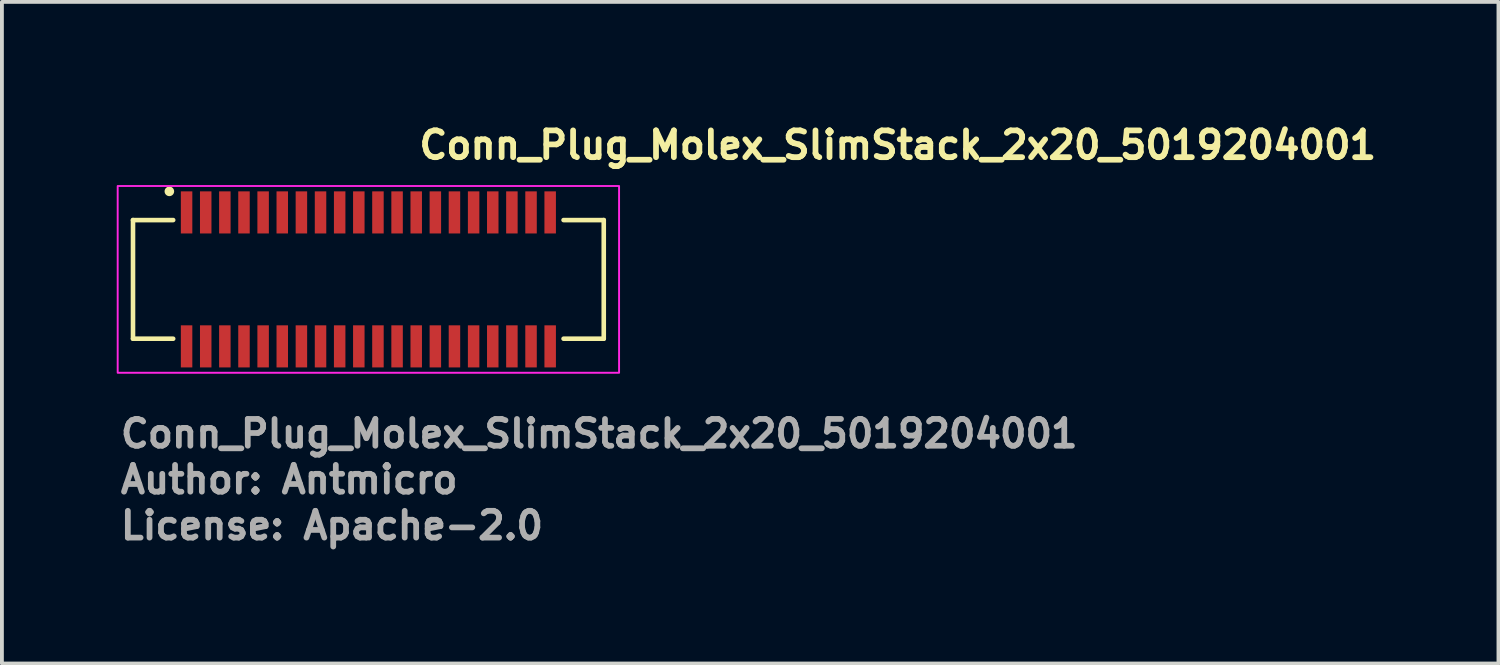
<source format=kicad_pcb>
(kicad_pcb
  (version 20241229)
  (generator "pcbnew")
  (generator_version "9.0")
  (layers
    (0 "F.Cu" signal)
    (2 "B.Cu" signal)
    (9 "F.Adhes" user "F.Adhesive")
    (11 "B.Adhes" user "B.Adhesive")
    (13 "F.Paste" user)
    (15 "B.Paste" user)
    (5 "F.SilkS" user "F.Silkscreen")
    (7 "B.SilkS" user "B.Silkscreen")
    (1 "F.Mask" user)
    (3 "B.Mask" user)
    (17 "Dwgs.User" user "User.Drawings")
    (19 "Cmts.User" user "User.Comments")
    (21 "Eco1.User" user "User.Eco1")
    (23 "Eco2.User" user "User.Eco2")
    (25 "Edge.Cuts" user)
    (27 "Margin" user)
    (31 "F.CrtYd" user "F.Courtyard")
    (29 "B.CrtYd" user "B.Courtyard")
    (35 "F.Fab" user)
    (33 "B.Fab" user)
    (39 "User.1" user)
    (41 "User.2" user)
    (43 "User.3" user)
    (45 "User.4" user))
  (footprint "Conn_Plug_Molex_SlimStack_2x20_5019204001"
    (layer "F.Cu")
    (at 6.575 4.25)
    (property "Reference" "Conn_Plug_Molex_SlimStack_2x20_5019204001" (at 1.25 -3.1 0) (layer "F.SilkS") (effects (font (size 0.7 0.7) (thickness 0.15)) (justify left bottom)))
    (attr smd)
    (fp_line (start -6.15 -1.55) (end -6.15 1.55) (stroke (width 0.12) (type solid)) (layer "F.SilkS"))
    (fp_line (start -6.15 1.55) (end -5.1 1.55) (stroke (width 0.12) (type solid)) (layer "F.SilkS"))
    (fp_line (start -5.1 -1.55) (end -6.15 -1.55) (stroke (width 0.12) (type solid)) (layer "F.SilkS"))
    (fp_line (start 5.1 1.55) (end 6.15 1.55) (stroke (width 0.12) (type solid)) (layer "F.SilkS"))
    (fp_line (start 6.15 -1.55) (end 5.1 -1.55) (stroke (width 0.12) (type solid)) (layer "F.SilkS"))
    (fp_line (start 6.15 1.55) (end 6.15 -1.55) (stroke (width 0.12) (type solid)) (layer "F.SilkS"))
    (fp_circle (center -5.2 -2.3) (end -5.15 -2.3) (stroke (width 0.15) (type solid)) (fill yes) (layer "F.SilkS"))
    (fp_rect (start -6.55 -2.44) (end 6.55 2.44) (stroke (width 0.05) (type solid)) (fill no) (layer "F.CrtYd"))
    (fp_rect (start -6.15 -2.05) (end 6.15 2.05) (stroke (width 0.1) (type solid)) (fill no) (layer "User.5"))
    (fp_line (start -6.15 -1.399) (end -6.15 1.399) (stroke (width 0.02) (type solid)) (layer "User.9"))
    (fp_line (start -6.15 1.399) (end -6 1.55) (stroke (width 0.02) (type solid)) (layer "User.9"))
    (fp_line (start -6 -1.55) (end -6.15 -1.399) (stroke (width 0.02) (type solid)) (layer "User.9"))
    (fp_line (start -5.55 -1.55) (end -6 -1.55) (stroke (width 0.02) (type solid)) (layer "User.9"))
    (fp_line (start -5.55 -1.55) (end -5.4 -1.399) (stroke (width 0.02) (type solid)) (layer "User.9"))
    (fp_line (start -5.55 -1.55) (end -0.25 -1.55) (stroke (width 0.02) (type solid)) (layer "User.9"))
    (fp_line (start -5.55 1.55) (end -6 1.55) (stroke (width 0.02) (type solid)) (layer "User.9"))
    (fp_line (start -5.55 1.55) (end -5.55 -1.55) (stroke (width 0.02) (type solid)) (layer "User.9"))
    (fp_line (start -5.4 -1.399) (end 5.4 -1.399) (stroke (width 0.02) (type solid)) (layer "User.9"))
    (fp_line (start -5.4 1.399) (end -5.55 1.55) (stroke (width 0.02) (type solid)) (layer "User.9"))
    (fp_line (start -5.4 1.399) (end -5.4 -1.399) (stroke (width 0.02) (type solid)) (layer "User.9"))
    (fp_line (start -5.269 -1.085) (end -5.186 -1.001) (stroke (width 0.02) (type solid)) (layer "User.9"))
    (fp_line (start -5.269 1.085) (end -5.186 1.001) (stroke (width 0.02) (type solid)) (layer "User.9"))
    (fp_line (start -5.186 -1.001) (end -5.186 -1.001) (stroke (width 0.02) (type solid)) (layer "User.9"))
    (fp_line (start -5.186 -1.001) (end -5.12 -0.935) (stroke (width 0.02) (type solid)) (layer "User.9"))
    (fp_line (start -5.186 1.001) (end -5.186 1.001) (stroke (width 0.02) (type solid)) (layer "User.9"))
    (fp_line (start -5.186 1.001) (end -5.12 0.935) (stroke (width 0.02) (type solid)) (layer "User.9"))
    (fp_line (start -5.12 -0.935) (end -4.849 -0.935) (stroke (width 0.02) (type solid)) (layer "User.9"))
    (fp_line (start -5.12 0.935) (end -5.12 -0.935) (stroke (width 0.02) (type solid)) (layer "User.9"))
    (fp_line (start -4.849 -1.085) (end -4.849 -1.165) (stroke (width 0.02) (type solid)) (layer "User.9"))
    (fp_line (start -4.849 -1.085) (end -4.849 -0.935) (stroke (width 0.02) (type solid)) (layer "User.9"))
    (fp_line (start -4.849 -1.085) (end -4.65 -1.085) (stroke (width 0.02) (type solid)) (layer "User.9"))
    (fp_line (start -4.849 -0.935) (end -4.835 -0.935) (stroke (width 0.02) (type solid)) (layer "User.9"))
    (fp_line (start -4.849 0.935) (end -5.12 0.935) (stroke (width 0.02) (type solid)) (layer "User.9"))
    (fp_line (start -4.849 0.935) (end -4.835 0.935) (stroke (width 0.02) (type solid)) (layer "User.9"))
    (fp_line (start -4.849 1.085) (end -4.849 0.935) (stroke (width 0.02) (type solid)) (layer "User.9"))
    (fp_line (start -4.849 1.085) (end -4.65 1.085) (stroke (width 0.02) (type solid)) (layer "User.9"))
    (fp_line (start -4.849 1.165) (end -4.849 1.085) (stroke (width 0.02) (type solid)) (layer "User.9"))
    (fp_line (start -4.835 -2.05) (end -4.835 -1.55) (stroke (width 0.02) (type solid)) (layer "User.9"))
    (fp_line (start -4.835 -2.05) (end -4.665 -2.05) (stroke (width 0.02) (type solid)) (layer "User.9"))
    (fp_line (start -4.835 -1.085) (end -4.835 -0.985) (stroke (width 0.02) (type solid)) (layer "User.9"))
    (fp_line (start -4.835 -0.985) (end -4.835 -0.935) (stroke (width 0.02) (type solid)) (layer "User.9"))
    (fp_line (start -4.835 -0.985) (end -4.665 -0.985) (stroke (width 0.02) (type solid)) (layer "User.9"))
    (fp_line (start -4.835 -0.935) (end -4.665 -0.935) (stroke (width 0.02) (type solid)) (layer "User.9"))
    (fp_line (start -4.835 0.935) (end -4.835 0.985) (stroke (width 0.02) (type solid)) (layer "User.9"))
    (fp_line (start -4.835 0.935) (end -4.665 0.935) (stroke (width 0.02) (type solid)) (layer "User.9"))
    (fp_line (start -4.835 0.985) (end -4.835 1.085) (stroke (width 0.02) (type solid)) (layer "User.9"))
    (fp_line (start -4.835 0.985) (end -4.665 0.985) (stroke (width 0.02) (type solid)) (layer "User.9"))
    (fp_line (start -4.835 1.55) (end -4.835 2.05) (stroke (width 0.02) (type solid)) (layer "User.9"))
    (fp_line (start -4.835 2.05) (end -4.665 2.05) (stroke (width 0.02) (type solid)) (layer "User.9"))
    (fp_line (start -4.665 -2.05) (end -4.665 -1.55) (stroke (width 0.02) (type solid)) (layer "User.9"))
    (fp_line (start -4.665 -1.085) (end -4.665 -0.985) (stroke (width 0.02) (type solid)) (layer "User.9"))
    (fp_line (start -4.665 -0.985) (end -4.665 -0.935) (stroke (width 0.02) (type solid)) (layer "User.9"))
    (fp_line (start -4.665 -0.935) (end -4.65 -0.935) (stroke (width 0.02) (type solid)) (layer "User.9"))
    (fp_line (start -4.665 0.935) (end -4.665 0.985) (stroke (width 0.02) (type solid)) (layer "User.9"))
    (fp_line (start -4.665 0.935) (end -4.65 0.935) (stroke (width 0.02) (type solid)) (layer "User.9"))
    (fp_line (start -4.665 0.985) (end -4.665 1.085) (stroke (width 0.02) (type solid)) (layer "User.9"))
    (fp_line (start -4.665 1.55) (end -4.665 2.05) (stroke (width 0.02) (type solid)) (layer "User.9"))
    (fp_line (start -4.65 -1.085) (end -4.65 -1.165) (stroke (width 0.02) (type solid)) (layer "User.9"))
    (fp_line (start -4.65 -1.085) (end -4.65 -0.935) (stroke (width 0.02) (type solid)) (layer "User.9"))
    (fp_line (start -4.65 -0.935) (end -4.349 -0.935) (stroke (width 0.02) (type solid)) (layer "User.9"))
    (fp_line (start -4.65 1.085) (end -4.65 0.935) (stroke (width 0.02) (type solid)) (layer "User.9"))
    (fp_line (start -4.65 1.165) (end -4.65 1.085) (stroke (width 0.02) (type solid)) (layer "User.9"))
    (fp_line (start -4.349 -1.085) (end -4.349 -1.165) (stroke (width 0.02) (type solid)) (layer "User.9"))
    (fp_line (start -4.349 -1.085) (end -4.349 -0.935) (stroke (width 0.02) (type solid)) (layer "User.9"))
    (fp_line (start -4.349 -1.085) (end -4.15 -1.085) (stroke (width 0.02) (type solid)) (layer "User.9"))
    (fp_line (start -4.349 -0.935) (end -4.335 -0.935) (stroke (width 0.02) (type solid)) (layer "User.9"))
    (fp_line (start -4.349 0.935) (end -4.65 0.935) (stroke (width 0.02) (type solid)) (layer "User.9"))
    (fp_line (start -4.349 0.935) (end -4.335 0.935) (stroke (width 0.02) (type solid)) (layer "User.9"))
    (fp_line (start -4.349 1.085) (end -4.349 0.935) (stroke (width 0.02) (type solid)) (layer "User.9"))
    (fp_line (start -4.349 1.085) (end -4.15 1.085) (stroke (width 0.02) (type solid)) (layer "User.9"))
    (fp_line (start -4.349 1.165) (end -4.349 1.085) (stroke (width 0.02) (type solid)) (layer "User.9"))
    (fp_line (start -4.335 -2.05) (end -4.335 -1.55) (stroke (width 0.02) (type solid)) (layer "User.9"))
    (fp_line (start -4.335 -2.05) (end -4.165 -2.05) (stroke (width 0.02) (type solid)) (layer "User.9"))
    (fp_line (start -4.335 -1.085) (end -4.335 -0.985) (stroke (width 0.02) (type solid)) (layer "User.9"))
    (fp_line (start -4.335 -0.985) (end -4.335 -0.935) (stroke (width 0.02) (type solid)) (layer "User.9"))
    (fp_line (start -4.335 -0.985) (end -4.165 -0.985) (stroke (width 0.02) (type solid)) (layer "User.9"))
    (fp_line (start -4.335 -0.935) (end -4.165 -0.935) (stroke (width 0.02) (type solid)) (layer "User.9"))
    (fp_line (start -4.335 0.935) (end -4.335 0.985) (stroke (width 0.02) (type solid)) (layer "User.9"))
    (fp_line (start -4.335 0.935) (end -4.165 0.935) (stroke (width 0.02) (type solid)) (layer "User.9"))
    (fp_line (start -4.335 0.985) (end -4.335 1.085) (stroke (width 0.02) (type solid)) (layer "User.9"))
    (fp_line (start -4.335 0.985) (end -4.165 0.985) (stroke (width 0.02) (type solid)) (layer "User.9"))
    (fp_line (start -4.335 1.55) (end -4.335 2.05) (stroke (width 0.02) (type solid)) (layer "User.9"))
    (fp_line (start -4.335 2.05) (end -4.165 2.05) (stroke (width 0.02) (type solid)) (layer "User.9"))
    (fp_line (start -4.165 -2.05) (end -4.165 -1.55) (stroke (width 0.02) (type solid)) (layer "User.9"))
    (fp_line (start -4.165 -1.085) (end -4.165 -0.985) (stroke (width 0.02) (type solid)) (layer "User.9"))
    (fp_line (start -4.165 -0.985) (end -4.165 -0.935) (stroke (width 0.02) (type solid)) (layer "User.9"))
    (fp_line (start -4.165 -0.935) (end -4.15 -0.935) (stroke (width 0.02) (type solid)) (layer "User.9"))
    (fp_line (start -4.165 0.935) (end -4.165 0.985) (stroke (width 0.02) (type solid)) (layer "User.9"))
    (fp_line (start -4.165 0.935) (end -4.15 0.935) (stroke (width 0.02) (type solid)) (layer "User.9"))
    (fp_line (start -4.165 0.985) (end -4.165 1.085) (stroke (width 0.02) (type solid)) (layer "User.9"))
    (fp_line (start -4.165 1.55) (end -4.165 2.05) (stroke (width 0.02) (type solid)) (layer "User.9"))
    (fp_line (start -4.15 -1.085) (end -4.15 -1.165) (stroke (width 0.02) (type solid)) (layer "User.9"))
    (fp_line (start -4.15 -1.085) (end -4.15 -0.935) (stroke (width 0.02) (type solid)) (layer "User.9"))
    (fp_line (start -4.15 -0.935) (end -3.849 -0.935) (stroke (width 0.02) (type solid)) (layer "User.9"))
    (fp_line (start -4.15 1.085) (end -4.15 0.935) (stroke (width 0.02) (type solid)) (layer "User.9"))
    (fp_line (start -4.15 1.165) (end -4.15 1.085) (stroke (width 0.02) (type solid)) (layer "User.9"))
    (fp_line (start -3.849 -1.085) (end -3.849 -1.165) (stroke (width 0.02) (type solid)) (layer "User.9"))
    (fp_line (start -3.849 -1.085) (end -3.849 -0.935) (stroke (width 0.02) (type solid)) (layer "User.9"))
    (fp_line (start -3.849 -1.085) (end -3.65 -1.085) (stroke (width 0.02) (type solid)) (layer "User.9"))
    (fp_line (start -3.849 -0.935) (end -3.835 -0.935) (stroke (width 0.02) (type solid)) (layer "User.9"))
    (fp_line (start -3.849 0.935) (end -4.15 0.935) (stroke (width 0.02) (type solid)) (layer "User.9"))
    (fp_line (start -3.849 0.935) (end -3.835 0.935) (stroke (width 0.02) (type solid)) (layer "User.9"))
    (fp_line (start -3.849 1.085) (end -3.849 0.935) (stroke (width 0.02) (type solid)) (layer "User.9"))
    (fp_line (start -3.849 1.085) (end -3.65 1.085) (stroke (width 0.02) (type solid)) (layer "User.9"))
    (fp_line (start -3.849 1.165) (end -3.849 1.085) (stroke (width 0.02) (type solid)) (layer "User.9"))
    (fp_line (start -3.835 -2.05) (end -3.835 -1.55) (stroke (width 0.02) (type solid)) (layer "User.9"))
    (fp_line (start -3.835 -2.05) (end -3.665 -2.05) (stroke (width 0.02) (type solid)) (layer "User.9"))
    (fp_line (start -3.835 -1.085) (end -3.835 -0.985) (stroke (width 0.02) (type solid)) (layer "User.9"))
    (fp_line (start -3.835 -0.985) (end -3.835 -0.935) (stroke (width 0.02) (type solid)) (layer "User.9"))
    (fp_line (start -3.835 -0.985) (end -3.665 -0.985) (stroke (width 0.02) (type solid)) (layer "User.9"))
    (fp_line (start -3.835 -0.935) (end -3.665 -0.935) (stroke (width 0.02) (type solid)) (layer "User.9"))
    (fp_line (start -3.835 0.935) (end -3.835 0.985) (stroke (width 0.02) (type solid)) (layer "User.9"))
    (fp_line (start -3.835 0.935) (end -3.665 0.935) (stroke (width 0.02) (type solid)) (layer "User.9"))
    (fp_line (start -3.835 0.985) (end -3.835 1.085) (stroke (width 0.02) (type solid)) (layer "User.9"))
    (fp_line (start -3.835 0.985) (end -3.665 0.985) (stroke (width 0.02) (type solid)) (layer "User.9"))
    (fp_line (start -3.835 1.55) (end -3.835 2.05) (stroke (width 0.02) (type solid)) (layer "User.9"))
    (fp_line (start -3.835 2.05) (end -3.665 2.05) (stroke (width 0.02) (type solid)) (layer "User.9"))
    (fp_line (start -3.665 -2.05) (end -3.665 -1.55) (stroke (width 0.02) (type solid)) (layer "User.9"))
    (fp_line (start -3.665 -1.085) (end -3.665 -0.985) (stroke (width 0.02) (type solid)) (layer "User.9"))
    (fp_line (start -3.665 -0.985) (end -3.665 -0.935) (stroke (width 0.02) (type solid)) (layer "User.9"))
    (fp_line (start -3.665 -0.935) (end -3.65 -0.935) (stroke (width 0.02) (type solid)) (layer "User.9"))
    (fp_line (start -3.665 0.935) (end -3.665 0.985) (stroke (width 0.02) (type solid)) (layer "User.9"))
    (fp_line (start -3.665 0.935) (end -3.65 0.935) (stroke (width 0.02) (type solid)) (layer "User.9"))
    (fp_line (start -3.665 0.985) (end -3.665 1.085) (stroke (width 0.02) (type solid)) (layer "User.9"))
    (fp_line (start -3.665 1.55) (end -3.665 2.05) (stroke (width 0.02) (type solid)) (layer "User.9"))
    (fp_line (start -3.65 -1.085) (end -3.65 -1.165) (stroke (width 0.02) (type solid)) (layer "User.9"))
    (fp_line (start -3.65 -1.085) (end -3.65 -0.935) (stroke (width 0.02) (type solid)) (layer "User.9"))
    (fp_line (start -3.65 -0.935) (end -3.35 -0.935) (stroke (width 0.02) (type solid)) (layer "User.9"))
    (fp_line (start -3.65 1.085) (end -3.65 0.935) (stroke (width 0.02) (type solid)) (layer "User.9"))
    (fp_line (start -3.65 1.165) (end -3.65 1.085) (stroke (width 0.02) (type solid)) (layer "User.9"))
    (fp_line (start -3.35 -1.085) (end -3.35 -1.165) (stroke (width 0.02) (type solid)) (layer "User.9"))
    (fp_line (start -3.35 -1.085) (end -3.35 -0.935) (stroke (width 0.02) (type solid)) (layer "User.9"))
    (fp_line (start -3.35 -1.085) (end -3.15 -1.085) (stroke (width 0.02) (type solid)) (layer "User.9"))
    (fp_line (start -3.35 -0.935) (end -3.335 -0.935) (stroke (width 0.02) (type solid)) (layer "User.9"))
    (fp_line (start -3.35 0.935) (end -3.65 0.935) (stroke (width 0.02) (type solid)) (layer "User.9"))
    (fp_line (start -3.35 0.935) (end -3.335 0.935) (stroke (width 0.02) (type solid)) (layer "User.9"))
    (fp_line (start -3.35 1.085) (end -3.35 0.935) (stroke (width 0.02) (type solid)) (layer "User.9"))
    (fp_line (start -3.35 1.085) (end -3.15 1.085) (stroke (width 0.02) (type solid)) (layer "User.9"))
    (fp_line (start -3.35 1.165) (end -3.35 1.085) (stroke (width 0.02) (type solid)) (layer "User.9"))
    (fp_line (start -3.335 -2.05) (end -3.335 -1.55) (stroke (width 0.02) (type solid)) (layer "User.9"))
    (fp_line (start -3.335 -2.05) (end -3.165 -2.05) (stroke (width 0.02) (type solid)) (layer "User.9"))
    (fp_line (start -3.335 -1.085) (end -3.335 -0.985) (stroke (width 0.02) (type solid)) (layer "User.9"))
    (fp_line (start -3.335 -0.985) (end -3.335 -0.935) (stroke (width 0.02) (type solid)) (layer "User.9"))
    (fp_line (start -3.335 -0.985) (end -3.165 -0.985) (stroke (width 0.02) (type solid)) (layer "User.9"))
    (fp_line (start -3.335 -0.935) (end -3.165 -0.935) (stroke (width 0.02) (type solid)) (layer "User.9"))
    (fp_line (start -3.335 0.935) (end -3.335 0.985) (stroke (width 0.02) (type solid)) (layer "User.9"))
    (fp_line (start -3.335 0.935) (end -3.165 0.935) (stroke (width 0.02) (type solid)) (layer "User.9"))
    (fp_line (start -3.335 0.985) (end -3.335 1.085) (stroke (width 0.02) (type solid)) (layer "User.9"))
    (fp_line (start -3.335 0.985) (end -3.165 0.985) (stroke (width 0.02) (type solid)) (layer "User.9"))
    (fp_line (start -3.335 1.55) (end -3.335 2.05) (stroke (width 0.02) (type solid)) (layer "User.9"))
    (fp_line (start -3.335 2.05) (end -3.165 2.05) (stroke (width 0.02) (type solid)) (layer "User.9"))
    (fp_line (start -3.165 -2.05) (end -3.165 -1.55) (stroke (width 0.02) (type solid)) (layer "User.9"))
    (fp_line (start -3.165 -1.085) (end -3.165 -0.985) (stroke (width 0.02) (type solid)) (layer "User.9"))
    (fp_line (start -3.165 -0.985) (end -3.165 -0.935) (stroke (width 0.02) (type solid)) (layer "User.9"))
    (fp_line (start -3.165 -0.935) (end -3.15 -0.935) (stroke (width 0.02) (type solid)) (layer "User.9"))
    (fp_line (start -3.165 0.935) (end -3.165 0.985) (stroke (width 0.02) (type solid)) (layer "User.9"))
    (fp_line (start -3.165 0.935) (end -3.15 0.935) (stroke (width 0.02) (type solid)) (layer "User.9"))
    (fp_line (start -3.165 0.985) (end -3.165 1.085) (stroke (width 0.02) (type solid)) (layer "User.9"))
    (fp_line (start -3.165 1.55) (end -3.165 2.05) (stroke (width 0.02) (type solid)) (layer "User.9"))
    (fp_line (start -3.15 -1.085) (end -3.15 -1.165) (stroke (width 0.02) (type solid)) (layer "User.9"))
    (fp_line (start -3.15 -1.085) (end -3.15 -0.935) (stroke (width 0.02) (type solid)) (layer "User.9"))
    (fp_line (start -3.15 -0.935) (end -2.85 -0.935) (stroke (width 0.02) (type solid)) (layer "User.9"))
    (fp_line (start -3.15 1.085) (end -3.15 0.935) (stroke (width 0.02) (type solid)) (layer "User.9"))
    (fp_line (start -3.15 1.165) (end -3.15 1.085) (stroke (width 0.02) (type solid)) (layer "User.9"))
    (fp_line (start -2.85 -1.085) (end -2.85 -1.165) (stroke (width 0.02) (type solid)) (layer "User.9"))
    (fp_line (start -2.85 -1.085) (end -2.85 -0.935) (stroke (width 0.02) (type solid)) (layer "User.9"))
    (fp_line (start -2.85 -1.085) (end -2.65 -1.085) (stroke (width 0.02) (type solid)) (layer "User.9"))
    (fp_line (start -2.85 -0.935) (end -2.835 -0.935) (stroke (width 0.02) (type solid)) (layer "User.9"))
    (fp_line (start -2.85 0.935) (end -3.15 0.935) (stroke (width 0.02) (type solid)) (layer "User.9"))
    (fp_line (start -2.85 0.935) (end -2.835 0.935) (stroke (width 0.02) (type solid)) (layer "User.9"))
    (fp_line (start -2.85 1.085) (end -2.85 0.935) (stroke (width 0.02) (type solid)) (layer "User.9"))
    (fp_line (start -2.85 1.085) (end -2.65 1.085) (stroke (width 0.02) (type solid)) (layer "User.9"))
    (fp_line (start -2.85 1.165) (end -2.85 1.085) (stroke (width 0.02) (type solid)) (layer "User.9"))
    (fp_line (start -2.835 -2.05) (end -2.835 -1.55) (stroke (width 0.02) (type solid)) (layer "User.9"))
    (fp_line (start -2.835 -2.05) (end -2.665 -2.05) (stroke (width 0.02) (type solid)) (layer "User.9"))
    (fp_line (start -2.835 -1.085) (end -2.835 -0.985) (stroke (width 0.02) (type solid)) (layer "User.9"))
    (fp_line (start -2.835 -0.985) (end -2.835 -0.935) (stroke (width 0.02) (type solid)) (layer "User.9"))
    (fp_line (start -2.835 -0.985) (end -2.665 -0.985) (stroke (width 0.02) (type solid)) (layer "User.9"))
    (fp_line (start -2.835 -0.935) (end -2.665 -0.935) (stroke (width 0.02) (type solid)) (layer "User.9"))
    (fp_line (start -2.835 0.935) (end -2.835 0.985) (stroke (width 0.02) (type solid)) (layer "User.9"))
    (fp_line (start -2.835 0.935) (end -2.665 0.935) (stroke (width 0.02) (type solid)) (layer "User.9"))
    (fp_line (start -2.835 0.985) (end -2.835 1.085) (stroke (width 0.02) (type solid)) (layer "User.9"))
    (fp_line (start -2.835 0.985) (end -2.665 0.985) (stroke (width 0.02) (type solid)) (layer "User.9"))
    (fp_line (start -2.835 1.55) (end -2.835 2.05) (stroke (width 0.02) (type solid)) (layer "User.9"))
    (fp_line (start -2.835 2.05) (end -2.665 2.05) (stroke (width 0.02) (type solid)) (layer "User.9"))
    (fp_line (start -2.665 -2.05) (end -2.665 -1.55) (stroke (width 0.02) (type solid)) (layer "User.9"))
    (fp_line (start -2.665 -1.085) (end -2.665 -0.985) (stroke (width 0.02) (type solid)) (layer "User.9"))
    (fp_line (start -2.665 -0.985) (end -2.665 -0.935) (stroke (width 0.02) (type solid)) (layer "User.9"))
    (fp_line (start -2.665 -0.935) (end -2.65 -0.935) (stroke (width 0.02) (type solid)) (layer "User.9"))
    (fp_line (start -2.665 0.935) (end -2.665 0.985) (stroke (width 0.02) (type solid)) (layer "User.9"))
    (fp_line (start -2.665 0.935) (end -2.65 0.935) (stroke (width 0.02) (type solid)) (layer "User.9"))
    (fp_line (start -2.665 0.985) (end -2.665 1.085) (stroke (width 0.02) (type solid)) (layer "User.9"))
    (fp_line (start -2.665 1.55) (end -2.665 2.05) (stroke (width 0.02) (type solid)) (layer "User.9"))
    (fp_line (start -2.65 -1.085) (end -2.65 -1.165) (stroke (width 0.02) (type solid)) (layer "User.9"))
    (fp_line (start -2.65 -1.085) (end -2.65 -0.935) (stroke (width 0.02) (type solid)) (layer "User.9"))
    (fp_line (start -2.65 -0.935) (end -2.35 -0.935) (stroke (width 0.02) (type solid)) (layer "User.9"))
    (fp_line (start -2.65 1.085) (end -2.65 0.935) (stroke (width 0.02) (type solid)) (layer "User.9"))
    (fp_line (start -2.65 1.165) (end -2.65 1.085) (stroke (width 0.02) (type solid)) (layer "User.9"))
    (fp_line (start -2.35 -1.085) (end -2.35 -1.165) (stroke (width 0.02) (type solid)) (layer "User.9"))
    (fp_line (start -2.35 -1.085) (end -2.35 -0.935) (stroke (width 0.02) (type solid)) (layer "User.9"))
    (fp_line (start -2.35 -1.085) (end -2.15 -1.085) (stroke (width 0.02) (type solid)) (layer "User.9"))
    (fp_line (start -2.35 -0.935) (end -2.335 -0.935) (stroke (width 0.02) (type solid)) (layer "User.9"))
    (fp_line (start -2.35 0.935) (end -2.65 0.935) (stroke (width 0.02) (type solid)) (layer "User.9"))
    (fp_line (start -2.35 0.935) (end -2.335 0.935) (stroke (width 0.02) (type solid)) (layer "User.9"))
    (fp_line (start -2.35 1.085) (end -2.35 0.935) (stroke (width 0.02) (type solid)) (layer "User.9"))
    (fp_line (start -2.35 1.085) (end -2.15 1.085) (stroke (width 0.02) (type solid)) (layer "User.9"))
    (fp_line (start -2.35 1.165) (end -2.35 1.085) (stroke (width 0.02) (type solid)) (layer "User.9"))
    (fp_line (start -2.335 -2.05) (end -2.335 -1.55) (stroke (width 0.02) (type solid)) (layer "User.9"))
    (fp_line (start -2.335 -2.05) (end -2.165 -2.05) (stroke (width 0.02) (type solid)) (layer "User.9"))
    (fp_line (start -2.335 -1.085) (end -2.335 -0.985) (stroke (width 0.02) (type solid)) (layer "User.9"))
    (fp_line (start -2.335 -0.985) (end -2.335 -0.935) (stroke (width 0.02) (type solid)) (layer "User.9"))
    (fp_line (start -2.335 -0.985) (end -2.165 -0.985) (stroke (width 0.02) (type solid)) (layer "User.9"))
    (fp_line (start -2.335 -0.935) (end -2.165 -0.935) (stroke (width 0.02) (type solid)) (layer "User.9"))
    (fp_line (start -2.335 0.935) (end -2.335 0.985) (stroke (width 0.02) (type solid)) (layer "User.9"))
    (fp_line (start -2.335 0.935) (end -2.165 0.935) (stroke (width 0.02) (type solid)) (layer "User.9"))
    (fp_line (start -2.335 0.985) (end -2.335 1.085) (stroke (width 0.02) (type solid)) (layer "User.9"))
    (fp_line (start -2.335 0.985) (end -2.165 0.985) (stroke (width 0.02) (type solid)) (layer "User.9"))
    (fp_line (start -2.335 1.55) (end -2.335 2.05) (stroke (width 0.02) (type solid)) (layer "User.9"))
    (fp_line (start -2.335 2.05) (end -2.165 2.05) (stroke (width 0.02) (type solid)) (layer "User.9"))
    (fp_line (start -2.165 -2.05) (end -2.165 -1.55) (stroke (width 0.02) (type solid)) (layer "User.9"))
    (fp_line (start -2.165 -1.085) (end -2.165 -0.985) (stroke (width 0.02) (type solid)) (layer "User.9"))
    (fp_line (start -2.165 -0.985) (end -2.165 -0.935) (stroke (width 0.02) (type solid)) (layer "User.9"))
    (fp_line (start -2.165 -0.935) (end -2.15 -0.935) (stroke (width 0.02) (type solid)) (layer "User.9"))
    (fp_line (start -2.165 0.935) (end -2.165 0.985) (stroke (width 0.02) (type solid)) (layer "User.9"))
    (fp_line (start -2.165 0.935) (end -2.15 0.935) (stroke (width 0.02) (type solid)) (layer "User.9"))
    (fp_line (start -2.165 0.985) (end -2.165 1.085) (stroke (width 0.02) (type solid)) (layer "User.9"))
    (fp_line (start -2.165 1.55) (end -2.165 2.05) (stroke (width 0.02) (type solid)) (layer "User.9"))
    (fp_line (start -2.15 -1.085) (end -2.15 -1.165) (stroke (width 0.02) (type solid)) (layer "User.9"))
    (fp_line (start -2.15 -1.085) (end -2.15 -0.935) (stroke (width 0.02) (type solid)) (layer "User.9"))
    (fp_line (start -2.15 -0.935) (end -1.85 -0.935) (stroke (width 0.02) (type solid)) (layer "User.9"))
    (fp_line (start -2.15 1.085) (end -2.15 0.935) (stroke (width 0.02) (type solid)) (layer "User.9"))
    (fp_line (start -2.15 1.165) (end -2.15 1.085) (stroke (width 0.02) (type solid)) (layer "User.9"))
    (fp_line (start -1.85 -1.085) (end -1.85 -1.165) (stroke (width 0.02) (type solid)) (layer "User.9"))
    (fp_line (start -1.85 -1.085) (end -1.85 -0.935) (stroke (width 0.02) (type solid)) (layer "User.9"))
    (fp_line (start -1.85 -1.085) (end -1.65 -1.085) (stroke (width 0.02) (type solid)) (layer "User.9"))
    (fp_line (start -1.85 -0.935) (end -1.835 -0.935) (stroke (width 0.02) (type solid)) (layer "User.9"))
    (fp_line (start -1.85 0.935) (end -2.15 0.935) (stroke (width 0.02) (type solid)) (layer "User.9"))
    (fp_line (start -1.85 0.935) (end -1.835 0.935) (stroke (width 0.02) (type solid)) (layer "User.9"))
    (fp_line (start -1.85 1.085) (end -1.85 0.935) (stroke (width 0.02) (type solid)) (layer "User.9"))
    (fp_line (start -1.85 1.085) (end -1.65 1.085) (stroke (width 0.02) (type solid)) (layer "User.9"))
    (fp_line (start -1.85 1.165) (end -1.85 1.085) (stroke (width 0.02) (type solid)) (layer "User.9"))
    (fp_line (start -1.835 -2.05) (end -1.835 -1.55) (stroke (width 0.02) (type solid)) (layer "User.9"))
    (fp_line (start -1.835 -2.05) (end -1.665 -2.05) (stroke (width 0.02) (type solid)) (layer "User.9"))
    (fp_line (start -1.835 -1.085) (end -1.835 -0.985) (stroke (width 0.02) (type solid)) (layer "User.9"))
    (fp_line (start -1.835 -0.985) (end -1.835 -0.935) (stroke (width 0.02) (type solid)) (layer "User.9"))
    (fp_line (start -1.835 -0.985) (end -1.665 -0.985) (stroke (width 0.02) (type solid)) (layer "User.9"))
    (fp_line (start -1.835 -0.935) (end -1.665 -0.935) (stroke (width 0.02) (type solid)) (layer "User.9"))
    (fp_line (start -1.835 0.935) (end -1.835 0.985) (stroke (width 0.02) (type solid)) (layer "User.9"))
    (fp_line (start -1.835 0.935) (end -1.665 0.935) (stroke (width 0.02) (type solid)) (layer "User.9"))
    (fp_line (start -1.835 0.985) (end -1.835 1.085) (stroke (width 0.02) (type solid)) (layer "User.9"))
    (fp_line (start -1.835 0.985) (end -1.665 0.985) (stroke (width 0.02) (type solid)) (layer "User.9"))
    (fp_line (start -1.835 1.55) (end -1.835 2.05) (stroke (width 0.02) (type solid)) (layer "User.9"))
    (fp_line (start -1.835 2.05) (end -1.665 2.05) (stroke (width 0.02) (type solid)) (layer "User.9"))
    (fp_line (start -1.665 -2.05) (end -1.665 -1.55) (stroke (width 0.02) (type solid)) (layer "User.9"))
    (fp_line (start -1.665 -1.085) (end -1.665 -0.985) (stroke (width 0.02) (type solid)) (layer "User.9"))
    (fp_line (start -1.665 -0.985) (end -1.665 -0.935) (stroke (width 0.02) (type solid)) (layer "User.9"))
    (fp_line (start -1.665 -0.935) (end -1.65 -0.935) (stroke (width 0.02) (type solid)) (layer "User.9"))
    (fp_line (start -1.665 0.935) (end -1.665 0.985) (stroke (width 0.02) (type solid)) (layer "User.9"))
    (fp_line (start -1.665 0.935) (end -1.65 0.935) (stroke (width 0.02) (type solid)) (layer "User.9"))
    (fp_line (start -1.665 0.985) (end -1.665 1.085) (stroke (width 0.02) (type solid)) (layer "User.9"))
    (fp_line (start -1.665 1.55) (end -1.665 2.05) (stroke (width 0.02) (type solid)) (layer "User.9"))
    (fp_line (start -1.65 -1.085) (end -1.65 -1.165) (stroke (width 0.02) (type solid)) (layer "User.9"))
    (fp_line (start -1.65 -1.085) (end -1.65 -0.935) (stroke (width 0.02) (type solid)) (layer "User.9"))
    (fp_line (start -1.65 -0.935) (end -1.35 -0.935) (stroke (width 0.02) (type solid)) (layer "User.9"))
    (fp_line (start -1.65 1.085) (end -1.65 0.935) (stroke (width 0.02) (type solid)) (layer "User.9"))
    (fp_line (start -1.65 1.165) (end -1.65 1.085) (stroke (width 0.02) (type solid)) (layer "User.9"))
    (fp_line (start -1.35 -1.085) (end -1.35 -1.165) (stroke (width 0.02) (type solid)) (layer "User.9"))
    (fp_line (start -1.35 -1.085) (end -1.35 -0.935) (stroke (width 0.02) (type solid)) (layer "User.9"))
    (fp_line (start -1.35 -1.085) (end -1.15 -1.085) (stroke (width 0.02) (type solid)) (layer "User.9"))
    (fp_line (start -1.35 -0.935) (end -1.335 -0.935) (stroke (width 0.02) (type solid)) (layer "User.9"))
    (fp_line (start -1.35 0.935) (end -1.65 0.935) (stroke (width 0.02) (type solid)) (layer "User.9"))
    (fp_line (start -1.35 0.935) (end -1.335 0.935) (stroke (width 0.02) (type solid)) (layer "User.9"))
    (fp_line (start -1.35 1.085) (end -1.35 0.935) (stroke (width 0.02) (type solid)) (layer "User.9"))
    (fp_line (start -1.35 1.085) (end -1.15 1.085) (stroke (width 0.02) (type solid)) (layer "User.9"))
    (fp_line (start -1.35 1.165) (end -1.35 1.085) (stroke (width 0.02) (type solid)) (layer "User.9"))
    (fp_line (start -1.335 -2.05) (end -1.335 -1.55) (stroke (width 0.02) (type solid)) (layer "User.9"))
    (fp_line (start -1.335 -2.05) (end -1.165 -2.05) (stroke (width 0.02) (type solid)) (layer "User.9"))
    (fp_line (start -1.335 -1.085) (end -1.335 -0.985) (stroke (width 0.02) (type solid)) (layer "User.9"))
    (fp_line (start -1.335 -0.985) (end -1.335 -0.935) (stroke (width 0.02) (type solid)) (layer "User.9"))
    (fp_line (start -1.335 -0.985) (end -1.165 -0.985) (stroke (width 0.02) (type solid)) (layer "User.9"))
    (fp_line (start -1.335 -0.935) (end -1.165 -0.935) (stroke (width 0.02) (type solid)) (layer "User.9"))
    (fp_line (start -1.335 0.935) (end -1.335 0.985) (stroke (width 0.02) (type solid)) (layer "User.9"))
    (fp_line (start -1.335 0.935) (end -1.165 0.935) (stroke (width 0.02) (type solid)) (layer "User.9"))
    (fp_line (start -1.335 0.985) (end -1.335 1.085) (stroke (width 0.02) (type solid)) (layer "User.9"))
    (fp_line (start -1.335 0.985) (end -1.165 0.985) (stroke (width 0.02) (type solid)) (layer "User.9"))
    (fp_line (start -1.335 1.55) (end -1.335 2.05) (stroke (width 0.02) (type solid)) (layer "User.9"))
    (fp_line (start -1.335 2.05) (end -1.165 2.05) (stroke (width 0.02) (type solid)) (layer "User.9"))
    (fp_line (start -1.165 -2.05) (end -1.165 -1.55) (stroke (width 0.02) (type solid)) (layer "User.9"))
    (fp_line (start -1.165 -1.085) (end -1.165 -0.985) (stroke (width 0.02) (type solid)) (layer "User.9"))
    (fp_line (start -1.165 -0.985) (end -1.165 -0.935) (stroke (width 0.02) (type solid)) (layer "User.9"))
    (fp_line (start -1.165 -0.935) (end -1.15 -0.935) (stroke (width 0.02) (type solid)) (layer "User.9"))
    (fp_line (start -1.165 0.935) (end -1.165 0.985) (stroke (width 0.02) (type solid)) (layer "User.9"))
    (fp_line (start -1.165 0.935) (end -1.15 0.935) (stroke (width 0.02) (type solid)) (layer "User.9"))
    (fp_line (start -1.165 0.985) (end -1.165 1.085) (stroke (width 0.02) (type solid)) (layer "User.9"))
    (fp_line (start -1.165 1.55) (end -1.165 2.05) (stroke (width 0.02) (type solid)) (layer "User.9"))
    (fp_line (start -1.15 -1.085) (end -1.15 -1.165) (stroke (width 0.02) (type solid)) (layer "User.9"))
    (fp_line (start -1.15 -1.085) (end -1.15 -0.935) (stroke (width 0.02) (type solid)) (layer "User.9"))
    (fp_line (start -1.15 -0.935) (end -0.85 -0.935) (stroke (width 0.02) (type solid)) (layer "User.9"))
    (fp_line (start -1.15 1.085) (end -1.15 0.935) (stroke (width 0.02) (type solid)) (layer "User.9"))
    (fp_line (start -1.15 1.165) (end -1.15 1.085) (stroke (width 0.02) (type solid)) (layer "User.9"))
    (fp_line (start -0.85 -1.085) (end -0.85 -1.165) (stroke (width 0.02) (type solid)) (layer "User.9"))
    (fp_line (start -0.85 -1.085) (end -0.85 -0.935) (stroke (width 0.02) (type solid)) (layer "User.9"))
    (fp_line (start -0.85 -1.085) (end -0.649 -1.085) (stroke (width 0.02) (type solid)) (layer "User.9"))
    (fp_line (start -0.85 -0.935) (end -0.835 -0.935) (stroke (width 0.02) (type solid)) (layer "User.9"))
    (fp_line (start -0.85 0.935) (end -1.15 0.935) (stroke (width 0.02) (type solid)) (layer "User.9"))
    (fp_line (start -0.85 0.935) (end -0.835 0.935) (stroke (width 0.02) (type solid)) (layer "User.9"))
    (fp_line (start -0.85 1.085) (end -0.85 0.935) (stroke (width 0.02) (type solid)) (layer "User.9"))
    (fp_line (start -0.85 1.085) (end -0.649 1.085) (stroke (width 0.02) (type solid)) (layer "User.9"))
    (fp_line (start -0.85 1.165) (end -0.85 1.085) (stroke (width 0.02) (type solid)) (layer "User.9"))
    (fp_line (start -0.835 -2.05) (end -0.835 -1.55) (stroke (width 0.02) (type solid)) (layer "User.9"))
    (fp_line (start -0.835 -2.05) (end -0.665 -2.05) (stroke (width 0.02) (type solid)) (layer "User.9"))
    (fp_line (start -0.835 -1.085) (end -0.835 -0.985) (stroke (width 0.02) (type solid)) (layer "User.9"))
    (fp_line (start -0.835 -0.985) (end -0.835 -0.935) (stroke (width 0.02) (type solid)) (layer "User.9"))
    (fp_line (start -0.835 -0.985) (end -0.665 -0.985) (stroke (width 0.02) (type solid)) (layer "User.9"))
    (fp_line (start -0.835 -0.935) (end -0.665 -0.935) (stroke (width 0.02) (type solid)) (layer "User.9"))
    (fp_line (start -0.835 0.935) (end -0.835 0.985) (stroke (width 0.02) (type solid)) (layer "User.9"))
    (fp_line (start -0.835 0.935) (end -0.665 0.935) (stroke (width 0.02) (type solid)) (layer "User.9"))
    (fp_line (start -0.835 0.985) (end -0.835 1.085) (stroke (width 0.02) (type solid)) (layer "User.9"))
    (fp_line (start -0.835 0.985) (end -0.665 0.985) (stroke (width 0.02) (type solid)) (layer "User.9"))
    (fp_line (start -0.835 1.55) (end -0.835 2.05) (stroke (width 0.02) (type solid)) (layer "User.9"))
    (fp_line (start -0.835 2.05) (end -0.665 2.05) (stroke (width 0.02) (type solid)) (layer "User.9"))
    (fp_line (start -0.665 -2.05) (end -0.665 -1.55) (stroke (width 0.02) (type solid)) (layer "User.9"))
    (fp_line (start -0.665 -1.085) (end -0.665 -0.985) (stroke (width 0.02) (type solid)) (layer "User.9"))
    (fp_line (start -0.665 -0.985) (end -0.665 -0.935) (stroke (width 0.02) (type solid)) (layer "User.9"))
    (fp_line (start -0.665 -0.935) (end -0.649 -0.935) (stroke (width 0.02) (type solid)) (layer "User.9"))
    (fp_line (start -0.665 0.935) (end -0.665 0.985) (stroke (width 0.02) (type solid)) (layer "User.9"))
    (fp_line (start -0.665 0.935) (end -0.649 0.935) (stroke (width 0.02) (type solid)) (layer "User.9"))
    (fp_line (start -0.665 0.985) (end -0.665 1.085) (stroke (width 0.02) (type solid)) (layer "User.9"))
    (fp_line (start -0.665 1.55) (end -0.665 2.05) (stroke (width 0.02) (type solid)) (layer "User.9"))
    (fp_line (start -0.649 -1.085) (end -0.649 -1.165) (stroke (width 0.02) (type solid)) (layer "User.9"))
    (fp_line (start -0.649 -1.085) (end -0.649 -0.935) (stroke (width 0.02) (type solid)) (layer "User.9"))
    (fp_line (start -0.649 -0.935) (end -0.35 -0.935) (stroke (width 0.02) (type solid)) (layer "User.9"))
    (fp_line (start -0.649 1.085) (end -0.649 0.935) (stroke (width 0.02) (type solid)) (layer "User.9"))
    (fp_line (start -0.649 1.165) (end -0.649 1.085) (stroke (width 0.02) (type solid)) (layer "User.9"))
    (fp_line (start -0.35 -1.085) (end -0.35 -1.165) (stroke (width 0.02) (type solid)) (layer "User.9"))
    (fp_line (start -0.35 -1.085) (end -0.35 -0.935) (stroke (width 0.02) (type solid)) (layer "User.9"))
    (fp_line (start -0.35 -1.085) (end -0.149 -1.085) (stroke (width 0.02) (type solid)) (layer "User.9"))
    (fp_line (start -0.35 -0.935) (end -0.335 -0.935) (stroke (width 0.02) (type solid)) (layer "User.9"))
    (fp_line (start -0.35 0.935) (end -0.649 0.935) (stroke (width 0.02) (type solid)) (layer "User.9"))
    (fp_line (start -0.35 0.935) (end -0.335 0.935) (stroke (width 0.02) (type solid)) (layer "User.9"))
    (fp_line (start -0.35 1.085) (end -0.35 0.935) (stroke (width 0.02) (type solid)) (layer "User.9"))
    (fp_line (start -0.35 1.085) (end -0.149 1.085) (stroke (width 0.02) (type solid)) (layer "User.9"))
    (fp_line (start -0.35 1.165) (end -0.35 1.085) (stroke (width 0.02) (type solid)) (layer "User.9"))
    (fp_line (start -0.335 -2.05) (end -0.335 -1.55) (stroke (width 0.02) (type solid)) (layer "User.9"))
    (fp_line (start -0.335 -2.05) (end -0.165 -2.05) (stroke (width 0.02) (type solid)) (layer "User.9"))
    (fp_line (start -0.335 -1.085) (end -0.335 -0.985) (stroke (width 0.02) (type solid)) (layer "User.9"))
    (fp_line (start -0.335 -0.985) (end -0.335 -0.935) (stroke (width 0.02) (type solid)) (layer "User.9"))
    (fp_line (start -0.335 -0.985) (end -0.165 -0.985) (stroke (width 0.02) (type solid)) (layer "User.9"))
    (fp_line (start -0.335 -0.935) (end -0.165 -0.935) (stroke (width 0.02) (type solid)) (layer "User.9"))
    (fp_line (start -0.335 0.935) (end -0.335 0.985) (stroke (width 0.02) (type solid)) (layer "User.9"))
    (fp_line (start -0.335 0.935) (end -0.165 0.935) (stroke (width 0.02) (type solid)) (layer "User.9"))
    (fp_line (start -0.335 0.985) (end -0.335 1.085) (stroke (width 0.02) (type solid)) (layer "User.9"))
    (fp_line (start -0.335 0.985) (end -0.165 0.985) (stroke (width 0.02) (type solid)) (layer "User.9"))
    (fp_line (start -0.335 1.55) (end -0.335 2.05) (stroke (width 0.02) (type solid)) (layer "User.9"))
    (fp_line (start -0.335 2.05) (end -0.165 2.05) (stroke (width 0.02) (type solid)) (layer "User.9"))
    (fp_line (start -0.25 -1.649) (end -0.25 -1.55) (stroke (width 0.02) (type solid)) (layer "User.9"))
    (fp_line (start -0.25 1.55) (end -5.55 1.55) (stroke (width 0.02) (type solid)) (layer "User.9"))
    (fp_line (start -0.25 1.55) (end -0.25 1.649) (stroke (width 0.02) (type solid)) (layer "User.9"))
    (fp_line (start -0.165 -2.05) (end -0.165 -1.649) (stroke (width 0.02) (type solid)) (layer "User.9"))
    (fp_line (start -0.165 -1.085) (end -0.165 -0.985) (stroke (width 0.02) (type solid)) (layer "User.9"))
    (fp_line (start -0.165 -0.985) (end -0.165 -0.935) (stroke (width 0.02) (type solid)) (layer "User.9"))
    (fp_line (start -0.165 -0.935) (end -0.149 -0.935) (stroke (width 0.02) (type solid)) (layer "User.9"))
    (fp_line (start -0.165 0.935) (end -0.165 0.985) (stroke (width 0.02) (type solid)) (layer "User.9"))
    (fp_line (start -0.165 0.935) (end -0.149 0.935) (stroke (width 0.02) (type solid)) (layer "User.9"))
    (fp_line (start -0.165 0.985) (end -0.165 1.085) (stroke (width 0.02) (type solid)) (layer "User.9"))
    (fp_line (start -0.165 1.649) (end -0.165 2.05) (stroke (width 0.02) (type solid)) (layer "User.9"))
    (fp_line (start -0.149 -1.085) (end -0.149 -1.165) (stroke (width 0.02) (type solid)) (layer "User.9"))
    (fp_line (start -0.149 -1.085) (end -0.149 -0.935) (stroke (width 0.02) (type solid)) (layer "User.9"))
    (fp_line (start -0.149 -0.935) (end 0.15 -0.935) (stroke (width 0.02) (type solid)) (layer "User.9"))
    (fp_line (start -0.149 1.085) (end -0.149 0.935) (stroke (width 0.02) (type solid)) (layer "User.9"))
    (fp_line (start -0.149 1.165) (end -0.149 1.085) (stroke (width 0.02) (type solid)) (layer "User.9"))
    (fp_line (start 0.15 -1.085) (end 0.15 -1.165) (stroke (width 0.02) (type solid)) (layer "User.9"))
    (fp_line (start 0.15 -1.085) (end 0.15 -0.935) (stroke (width 0.02) (type solid)) (layer "User.9"))
    (fp_line (start 0.15 -1.085) (end 0.35 -1.085) (stroke (width 0.02) (type solid)) (layer "User.9"))
    (fp_line (start 0.15 -0.935) (end 0.165 -0.935) (stroke (width 0.02) (type solid)) (layer "User.9"))
    (fp_line (start 0.15 0.935) (end -0.149 0.935) (stroke (width 0.02) (type solid)) (layer "User.9"))
    (fp_line (start 0.15 0.935) (end 0.165 0.935) (stroke (width 0.02) (type solid)) (layer "User.9"))
    (fp_line (start 0.15 1.085) (end 0.15 0.935) (stroke (width 0.02) (type solid)) (layer "User.9"))
    (fp_line (start 0.15 1.085) (end 0.35 1.085) (stroke (width 0.02) (type solid)) (layer "User.9"))
    (fp_line (start 0.15 1.165) (end 0.15 1.085) (stroke (width 0.02) (type solid)) (layer "User.9"))
    (fp_line (start 0.165 -2.05) (end 0.165 -1.649) (stroke (width 0.02) (type solid)) (layer "User.9"))
    (fp_line (start 0.165 -2.05) (end 0.335 -2.05) (stroke (width 0.02) (type solid)) (layer "User.9"))
    (fp_line (start 0.165 -1.085) (end 0.165 -0.985) (stroke (width 0.02) (type solid)) (layer "User.9"))
    (fp_line (start 0.165 -0.985) (end 0.165 -0.935) (stroke (width 0.02) (type solid)) (layer "User.9"))
    (fp_line (start 0.165 -0.985) (end 0.335 -0.985) (stroke (width 0.02) (type solid)) (layer "User.9"))
    (fp_line (start 0.165 -0.935) (end 0.335 -0.935) (stroke (width 0.02) (type solid)) (layer "User.9"))
    (fp_line (start 0.165 0.935) (end 0.165 0.985) (stroke (width 0.02) (type solid)) (layer "User.9"))
    (fp_line (start 0.165 0.935) (end 0.335 0.935) (stroke (width 0.02) (type solid)) (layer "User.9"))
    (fp_line (start 0.165 0.985) (end 0.165 1.085) (stroke (width 0.02) (type solid)) (layer "User.9"))
    (fp_line (start 0.165 0.985) (end 0.335 0.985) (stroke (width 0.02) (type solid)) (layer "User.9"))
    (fp_line (start 0.165 1.649) (end 0.165 2.05) (stroke (width 0.02) (type solid)) (layer "User.9"))
    (fp_line (start 0.165 2.05) (end 0.335 2.05) (stroke (width 0.02) (type solid)) (layer "User.9"))
    (fp_line (start 0.25 -1.649) (end -0.25 -1.649) (stroke (width 0.02) (type solid)) (layer "User.9"))
    (fp_line (start 0.25 -1.649) (end 0.25 -1.55) (stroke (width 0.02) (type solid)) (layer "User.9"))
    (fp_line (start 0.25 -1.55) (end -0.25 -1.55) (stroke (width 0.02) (type solid)) (layer "User.9"))
    (fp_line (start 0.25 -1.55) (end 2.25 -1.55) (stroke (width 0.02) (type solid)) (layer "User.9"))
    (fp_line (start 0.25 1.55) (end -0.25 1.55) (stroke (width 0.02) (type solid)) (layer "User.9"))
    (fp_line (start 0.25 1.55) (end 0.25 1.649) (stroke (width 0.02) (type solid)) (layer "User.9"))
    (fp_line (start 0.25 1.649) (end -0.25 1.649) (stroke (width 0.02) (type solid)) (layer "User.9"))
    (fp_line (start 0.335 -2.05) (end 0.335 -1.55) (stroke (width 0.02) (type solid)) (layer "User.9"))
    (fp_line (start 0.335 -1.085) (end 0.335 -0.985) (stroke (width 0.02) (type solid)) (layer "User.9"))
    (fp_line (start 0.335 -0.985) (end 0.335 -0.935) (stroke (width 0.02) (type solid)) (layer "User.9"))
    (fp_line (start 0.335 -0.935) (end 0.35 -0.935) (stroke (width 0.02) (type solid)) (layer "User.9"))
    (fp_line (start 0.335 0.935) (end 0.335 0.985) (stroke (width 0.02) (type solid)) (layer "User.9"))
    (fp_line (start 0.335 0.935) (end 0.35 0.935) (stroke (width 0.02) (type solid)) (layer "User.9"))
    (fp_line (start 0.335 0.985) (end 0.335 1.085) (stroke (width 0.02) (type solid)) (layer "User.9"))
    (fp_line (start 0.335 1.55) (end 0.335 2.05) (stroke (width 0.02) (type solid)) (layer "User.9"))
    (fp_line (start 0.35 -1.085) (end 0.35 -1.165) (stroke (width 0.02) (type solid)) (layer "User.9"))
    (fp_line (start 0.35 -1.085) (end 0.35 -0.935) (stroke (width 0.02) (type solid)) (layer "User.9"))
    (fp_line (start 0.35 -0.935) (end 0.65 -0.935) (stroke (width 0.02) (type solid)) (layer "User.9"))
    (fp_line (start 0.35 1.085) (end 0.35 0.935) (stroke (width 0.02) (type solid)) (layer "User.9"))
    (fp_line (start 0.35 1.165) (end 0.35 1.085) (stroke (width 0.02) (type solid)) (layer "User.9"))
    (fp_line (start 0.65 -1.085) (end 0.65 -1.165) (stroke (width 0.02) (type solid)) (layer "User.9"))
    (fp_line (start 0.65 -1.085) (end 0.65 -0.935) (stroke (width 0.02) (type solid)) (layer "User.9"))
    (fp_line (start 0.65 -1.085) (end 0.85 -1.085) (stroke (width 0.02) (type solid)) (layer "User.9"))
    (fp_line (start 0.65 -0.935) (end 0.665 -0.935) (stroke (width 0.02) (type solid)) (layer "User.9"))
    (fp_line (start 0.65 0.935) (end 0.35 0.935) (stroke (width 0.02) (type solid)) (layer "User.9"))
    (fp_line (start 0.65 0.935) (end 0.665 0.935) (stroke (width 0.02) (type solid)) (layer "User.9"))
    (fp_line (start 0.65 1.085) (end 0.65 0.935) (stroke (width 0.02) (type solid)) (layer "User.9"))
    (fp_line (start 0.65 1.085) (end 0.85 1.085) (stroke (width 0.02) (type solid)) (layer "User.9"))
    (fp_line (start 0.65 1.165) (end 0.65 1.085) (stroke (width 0.02) (type solid)) (layer "User.9"))
    (fp_line (start 0.665 -2.05) (end 0.665 -1.55) (stroke (width 0.02) (type solid)) (layer "User.9"))
    (fp_line (start 0.665 -2.05) (end 0.836 -2.05) (stroke (width 0.02) (type solid)) (layer "User.9"))
    (fp_line (start 0.665 -1.085) (end 0.665 -0.985) (stroke (width 0.02) (type solid)) (layer "User.9"))
    (fp_line (start 0.665 -0.985) (end 0.665 -0.935) (stroke (width 0.02) (type solid)) (layer "User.9"))
    (fp_line (start 0.665 -0.985) (end 0.836 -0.985) (stroke (width 0.02) (type solid)) (layer "User.9"))
    (fp_line (start 0.665 -0.935) (end 0.836 -0.935) (stroke (width 0.02) (type solid)) (layer "User.9"))
    (fp_line (start 0.665 0.935) (end 0.665 0.985) (stroke (width 0.02) (type solid)) (layer "User.9"))
    (fp_line (start 0.665 0.935) (end 0.836 0.935) (stroke (width 0.02) (type solid)) (layer "User.9"))
    (fp_line (start 0.665 0.985) (end 0.665 1.085) (stroke (width 0.02) (type solid)) (layer "User.9"))
    (fp_line (start 0.665 0.985) (end 0.836 0.985) (stroke (width 0.02) (type solid)) (layer "User.9"))
    (fp_line (start 0.665 1.55) (end 0.665 2.05) (stroke (width 0.02) (type solid)) (layer "User.9"))
    (fp_line (start 0.665 2.05) (end 0.836 2.05) (stroke (width 0.02) (type solid)) (layer "User.9"))
    (fp_line (start 0.836 -2.05) (end 0.836 -1.55) (stroke (width 0.02) (type solid)) (layer "User.9"))
    (fp_line (start 0.836 -1.085) (end 0.836 -0.985) (stroke (width 0.02) (type solid)) (layer "User.9"))
    (fp_line (start 0.836 -0.985) (end 0.836 -0.935) (stroke (width 0.02) (type solid)) (layer "User.9"))
    (fp_line (start 0.836 -0.935) (end 0.85 -0.935) (stroke (width 0.02) (type solid)) (layer "User.9"))
    (fp_line (start 0.836 0.935) (end 0.836 0.985) (stroke (width 0.02) (type solid)) (layer "User.9"))
    (fp_line (start 0.836 0.935) (end 0.85 0.935) (stroke (width 0.02) (type solid)) (layer "User.9"))
    (fp_line (start 0.836 0.985) (end 0.836 1.085) (stroke (width 0.02) (type solid)) (layer "User.9"))
    (fp_line (start 0.836 1.55) (end 0.836 2.05) (stroke (width 0.02) (type solid)) (layer "User.9"))
    (fp_line (start 0.85 -1.085) (end 0.85 -1.165) (stroke (width 0.02) (type solid)) (layer "User.9"))
    (fp_line (start 0.85 -1.085) (end 0.85 -0.935) (stroke (width 0.02) (type solid)) (layer "User.9"))
    (fp_line (start 0.85 -0.935) (end 1.15 -0.935) (stroke (width 0.02) (type solid)) (layer "User.9"))
    (fp_line (start 0.85 1.085) (end 0.85 0.935) (stroke (width 0.02) (type solid)) (layer "User.9"))
    (fp_line (start 0.85 1.165) (end 0.85 1.085) (stroke (width 0.02) (type solid)) (layer "User.9"))
    (fp_line (start 1.15 -1.085) (end 1.15 -1.165) (stroke (width 0.02) (type solid)) (layer "User.9"))
    (fp_line (start 1.15 -1.085) (end 1.15 -0.935) (stroke (width 0.02) (type solid)) (layer "User.9"))
    (fp_line (start 1.15 -1.085) (end 1.35 -1.085) (stroke (width 0.02) (type solid)) (layer "User.9"))
    (fp_line (start 1.15 -0.935) (end 1.165 -0.935) (stroke (width 0.02) (type solid)) (layer "User.9"))
    (fp_line (start 1.15 0.935) (end 0.85 0.935) (stroke (width 0.02) (type solid)) (layer "User.9"))
    (fp_line (start 1.15 0.935) (end 1.165 0.935) (stroke (width 0.02) (type solid)) (layer "User.9"))
    (fp_line (start 1.15 1.085) (end 1.15 0.935) (stroke (width 0.02) (type solid)) (layer "User.9"))
    (fp_line (start 1.15 1.085) (end 1.35 1.085) (stroke (width 0.02) (type solid)) (layer "User.9"))
    (fp_line (start 1.15 1.165) (end 1.15 1.085) (stroke (width 0.02) (type solid)) (layer "User.9"))
    (fp_line (start 1.165 -2.05) (end 1.165 -1.55) (stroke (width 0.02) (type solid)) (layer "User.9"))
    (fp_line (start 1.165 -2.05) (end 1.335 -2.05) (stroke (width 0.02) (type solid)) (layer "User.9"))
    (fp_line (start 1.165 -1.085) (end 1.165 -0.985) (stroke (width 0.02) (type solid)) (layer "User.9"))
    (fp_line (start 1.165 -0.985) (end 1.165 -0.935) (stroke (width 0.02) (type solid)) (layer "User.9"))
    (fp_line (start 1.165 -0.985) (end 1.335 -0.985) (stroke (width 0.02) (type solid)) (layer "User.9"))
    (fp_line (start 1.165 -0.935) (end 1.335 -0.935) (stroke (width 0.02) (type solid)) (layer "User.9"))
    (fp_line (start 1.165 0.935) (end 1.165 0.985) (stroke (width 0.02) (type solid)) (layer "User.9"))
    (fp_line (start 1.165 0.935) (end 1.335 0.935) (stroke (width 0.02) (type solid)) (layer "User.9"))
    (fp_line (start 1.165 0.985) (end 1.165 1.085) (stroke (width 0.02) (type solid)) (layer "User.9"))
    (fp_line (start 1.165 0.985) (end 1.335 0.985) (stroke (width 0.02) (type solid)) (layer "User.9"))
    (fp_line (start 1.165 1.55) (end 1.165 2.05) (stroke (width 0.02) (type solid)) (layer "User.9"))
    (fp_line (start 1.165 2.05) (end 1.335 2.05) (stroke (width 0.02) (type solid)) (layer "User.9"))
    (fp_line (start 1.335 -2.05) (end 1.335 -1.55) (stroke (width 0.02) (type solid)) (layer "User.9"))
    (fp_line (start 1.335 -1.085) (end 1.335 -0.985) (stroke (width 0.02) (type solid)) (layer "User.9"))
    (fp_line (start 1.335 -0.985) (end 1.335 -0.935) (stroke (width 0.02) (type solid)) (layer "User.9"))
    (fp_line (start 1.335 -0.935) (end 1.35 -0.935) (stroke (width 0.02) (type solid)) (layer "User.9"))
    (fp_line (start 1.335 0.935) (end 1.335 0.985) (stroke (width 0.02) (type solid)) (layer "User.9"))
    (fp_line (start 1.335 0.935) (end 1.35 0.935) (stroke (width 0.02) (type solid)) (layer "User.9"))
    (fp_line (start 1.335 0.985) (end 1.335 1.085) (stroke (width 0.02) (type solid)) (layer "User.9"))
    (fp_line (start 1.335 1.55) (end 1.335 2.05) (stroke (width 0.02) (type solid)) (layer "User.9"))
    (fp_line (start 1.35 -1.085) (end 1.35 -1.165) (stroke (width 0.02) (type solid)) (layer "User.9"))
    (fp_line (start 1.35 -1.085) (end 1.35 -0.935) (stroke (width 0.02) (type solid)) (layer "User.9"))
    (fp_line (start 1.35 -0.935) (end 1.65 -0.935) (stroke (width 0.02) (type solid)) (layer "User.9"))
    (fp_line (start 1.35 1.085) (end 1.35 0.935) (stroke (width 0.02) (type solid)) (layer "User.9"))
    (fp_line (start 1.35 1.165) (end 1.35 1.085) (stroke (width 0.02) (type solid)) (layer "User.9"))
    (fp_line (start 1.65 -1.085) (end 1.65 -1.165) (stroke (width 0.02) (type solid)) (layer "User.9"))
    (fp_line (start 1.65 -1.085) (end 1.65 -0.935) (stroke (width 0.02) (type solid)) (layer "User.9"))
    (fp_line (start 1.65 -1.085) (end 1.85 -1.085) (stroke (width 0.02) (type solid)) (layer "User.9"))
    (fp_line (start 1.65 -0.935) (end 1.664 -0.935) (stroke (width 0.02) (type solid)) (layer "User.9"))
    (fp_line (start 1.65 0.935) (end 1.35 0.935) (stroke (width 0.02) (type solid)) (layer "User.9"))
    (fp_line (start 1.65 0.935) (end 1.664 0.935) (stroke (width 0.02) (type solid)) (layer "User.9"))
    (fp_line (start 1.65 1.085) (end 1.65 0.935) (stroke (width 0.02) (type solid)) (layer "User.9"))
    (fp_line (start 1.65 1.085) (end 1.85 1.085) (stroke (width 0.02) (type solid)) (layer "User.9"))
    (fp_line (start 1.65 1.165) (end 1.65 1.085) (stroke (width 0.02) (type solid)) (layer "User.9"))
    (fp_line (start 1.664 -2.05) (end 1.664 -1.55) (stroke (width 0.02) (type solid)) (layer "User.9"))
    (fp_line (start 1.664 -2.05) (end 1.835 -2.05) (stroke (width 0.02) (type solid)) (layer "User.9"))
    (fp_line (start 1.664 -1.085) (end 1.664 -0.985) (stroke (width 0.02) (type solid)) (layer "User.9"))
    (fp_line (start 1.664 -0.985) (end 1.664 -0.935) (stroke (width 0.02) (type solid)) (layer "User.9"))
    (fp_line (start 1.664 -0.985) (end 1.835 -0.985) (stroke (width 0.02) (type solid)) (layer "User.9"))
    (fp_line (start 1.664 -0.935) (end 1.835 -0.935) (stroke (width 0.02) (type solid)) (layer "User.9"))
    (fp_line (start 1.664 0.935) (end 1.664 0.985) (stroke (width 0.02) (type solid)) (layer "User.9"))
    (fp_line (start 1.664 0.935) (end 1.835 0.935) (stroke (width 0.02) (type solid)) (layer "User.9"))
    (fp_line (start 1.664 0.985) (end 1.664 1.085) (stroke (width 0.02) (type solid)) (layer "User.9"))
    (fp_line (start 1.664 0.985) (end 1.835 0.985) (stroke (width 0.02) (type solid)) (layer "User.9"))
    (fp_line (start 1.664 1.55) (end 1.664 2.05) (stroke (width 0.02) (type solid)) (layer "User.9"))
    (fp_line (start 1.664 2.05) (end 1.835 2.05) (stroke (width 0.02) (type solid)) (layer "User.9"))
    (fp_line (start 1.835 -2.05) (end 1.835 -1.55) (stroke (width 0.02) (type solid)) (layer "User.9"))
    (fp_line (start 1.835 -1.085) (end 1.835 -0.985) (stroke (width 0.02) (type solid)) (layer "User.9"))
    (fp_line (start 1.835 -0.985) (end 1.835 -0.935) (stroke (width 0.02) (type solid)) (layer "User.9"))
    (fp_line (start 1.835 -0.935) (end 1.85 -0.935) (stroke (width 0.02) (type solid)) (layer "User.9"))
    (fp_line (start 1.835 0.935) (end 1.835 0.985) (stroke (width 0.02) (type solid)) (layer "User.9"))
    (fp_line (start 1.835 0.935) (end 1.85 0.935) (stroke (width 0.02) (type solid)) (layer "User.9"))
    (fp_line (start 1.835 0.985) (end 1.835 1.085) (stroke (width 0.02) (type solid)) (layer "User.9"))
    (fp_line (start 1.835 1.55) (end 1.835 2.05) (stroke (width 0.02) (type solid)) (layer "User.9"))
    (fp_line (start 1.85 -1.085) (end 1.85 -1.165) (stroke (width 0.02) (type solid)) (layer "User.9"))
    (fp_line (start 1.85 -1.085) (end 1.85 -0.935) (stroke (width 0.02) (type solid)) (layer "User.9"))
    (fp_line (start 1.85 -0.935) (end 2.15 -0.935) (stroke (width 0.02) (type solid)) (layer "User.9"))
    (fp_line (start 1.85 1.085) (end 1.85 0.935) (stroke (width 0.02) (type solid)) (layer "User.9"))
    (fp_line (start 1.85 1.165) (end 1.85 1.085) (stroke (width 0.02) (type solid)) (layer "User.9"))
    (fp_line (start 2.15 -1.085) (end 2.15 -1.165) (stroke (width 0.02) (type solid)) (layer "User.9"))
    (fp_line (start 2.15 -1.085) (end 2.15 -0.935) (stroke (width 0.02) (type solid)) (layer "User.9"))
    (fp_line (start 2.15 -1.085) (end 2.35 -1.085) (stroke (width 0.02) (type solid)) (layer "User.9"))
    (fp_line (start 2.15 -0.935) (end 2.165 -0.935) (stroke (width 0.02) (type solid)) (layer "User.9"))
    (fp_line (start 2.15 0.935) (end 1.85 0.935) (stroke (width 0.02) (type solid)) (layer "User.9"))
    (fp_line (start 2.15 0.935) (end 2.165 0.935) (stroke (width 0.02) (type solid)) (layer "User.9"))
    (fp_line (start 2.15 1.085) (end 2.15 0.935) (stroke (width 0.02) (type solid)) (layer "User.9"))
    (fp_line (start 2.15 1.085) (end 2.35 1.085) (stroke (width 0.02) (type solid)) (layer "User.9"))
    (fp_line (start 2.15 1.165) (end 2.15 1.085) (stroke (width 0.02) (type solid)) (layer "User.9"))
    (fp_line (start 2.165 -2.05) (end 2.165 -1.55) (stroke (width 0.02) (type solid)) (layer "User.9"))
    (fp_line (start 2.165 -2.05) (end 2.335 -2.05) (stroke (width 0.02) (type solid)) (layer "User.9"))
    (fp_line (start 2.165 -1.085) (end 2.165 -0.985) (stroke (width 0.02) (type solid)) (layer "User.9"))
    (fp_line (start 2.165 -0.985) (end 2.165 -0.935) (stroke (width 0.02) (type solid)) (layer "User.9"))
    (fp_line (start 2.165 -0.985) (end 2.335 -0.985) (stroke (width 0.02) (type solid)) (layer "User.9"))
    (fp_line (start 2.165 -0.935) (end 2.335 -0.935) (stroke (width 0.02) (type solid)) (layer "User.9"))
    (fp_line (start 2.165 0.935) (end 2.165 0.985) (stroke (width 0.02) (type solid)) (layer "User.9"))
    (fp_line (start 2.165 0.935) (end 2.335 0.935) (stroke (width 0.02) (type solid)) (layer "User.9"))
    (fp_line (start 2.165 0.985) (end 2.165 1.085) (stroke (width 0.02) (type solid)) (layer "User.9"))
    (fp_line (start 2.165 0.985) (end 2.335 0.985) (stroke (width 0.02) (type solid)) (layer "User.9"))
    (fp_line (start 2.165 1.55) (end 2.165 2.05) (stroke (width 0.02) (type solid)) (layer "User.9"))
    (fp_line (start 2.165 2.05) (end 2.335 2.05) (stroke (width 0.02) (type solid)) (layer "User.9"))
    (fp_line (start 2.25 -1.649) (end 2.25 -1.55) (stroke (width 0.02) (type solid)) (layer "User.9"))
    (fp_line (start 2.25 -1.649) (end 2.75 -1.649) (stroke (width 0.02) (type solid)) (layer "User.9"))
    (fp_line (start 2.25 -1.55) (end 2.75 -1.55) (stroke (width 0.02) (type solid)) (layer "User.9"))
    (fp_line (start 2.25 1.55) (end 0.25 1.55) (stroke (width 0.02) (type solid)) (layer "User.9"))
    (fp_line (start 2.25 1.55) (end 2.25 1.649) (stroke (width 0.02) (type solid)) (layer "User.9"))
    (fp_line (start 2.25 1.55) (end 2.75 1.55) (stroke (width 0.02) (type solid)) (layer "User.9"))
    (fp_line (start 2.25 1.649) (end 2.75 1.649) (stroke (width 0.02) (type solid)) (layer "User.9"))
    (fp_line (start 2.335 -2.05) (end 2.335 -1.649) (stroke (width 0.02) (type solid)) (layer "User.9"))
    (fp_line (start 2.335 -1.085) (end 2.335 -0.985) (stroke (width 0.02) (type solid)) (layer "User.9"))
    (fp_line (start 2.335 -0.985) (end 2.335 -0.935) (stroke (width 0.02) (type solid)) (layer "User.9"))
    (fp_line (start 2.335 -0.935) (end 2.35 -0.935) (stroke (width 0.02) (type solid)) (layer "User.9"))
    (fp_line (start 2.335 0.935) (end 2.335 0.985) (stroke (width 0.02) (type solid)) (layer "User.9"))
    (fp_line (start 2.335 0.935) (end 2.35 0.935) (stroke (width 0.02) (type solid)) (layer "User.9"))
    (fp_line (start 2.335 0.985) (end 2.335 1.085) (stroke (width 0.02) (type solid)) (layer "User.9"))
    (fp_line (start 2.335 1.649) (end 2.335 2.05) (stroke (width 0.02) (type solid)) (layer "User.9"))
    (fp_line (start 2.35 -1.085) (end 2.35 -1.165) (stroke (width 0.02) (type solid)) (layer "User.9"))
    (fp_line (start 2.35 -1.085) (end 2.35 -0.935) (stroke (width 0.02) (type solid)) (layer "User.9"))
    (fp_line (start 2.35 -0.935) (end 2.649 -0.935) (stroke (width 0.02) (type solid)) (layer "User.9"))
    (fp_line (start 2.35 1.085) (end 2.35 0.935) (stroke (width 0.02) (type solid)) (layer "User.9"))
    (fp_line (start 2.35 1.165) (end 2.35 1.085) (stroke (width 0.02) (type solid)) (layer "User.9"))
    (fp_line (start 2.649 -1.085) (end 2.649 -1.165) (stroke (width 0.02) (type solid)) (layer "User.9"))
    (fp_line (start 2.649 -1.085) (end 2.649 -0.935) (stroke (width 0.02) (type solid)) (layer "User.9"))
    (fp_line (start 2.649 -1.085) (end 2.85 -1.085) (stroke (width 0.02) (type solid)) (layer "User.9"))
    (fp_line (start 2.649 -0.935) (end 2.665 -0.935) (stroke (width 0.02) (type solid)) (layer "User.9"))
    (fp_line (start 2.649 0.935) (end 2.35 0.935) (stroke (width 0.02) (type solid)) (layer "User.9"))
    (fp_line (start 2.649 0.935) (end 2.665 0.935) (stroke (width 0.02) (type solid)) (layer "User.9"))
    (fp_line (start 2.649 1.085) (end 2.649 0.935) (stroke (width 0.02) (type solid)) (layer "User.9"))
    (fp_line (start 2.649 1.085) (end 2.85 1.085) (stroke (width 0.02) (type solid)) (layer "User.9"))
    (fp_line (start 2.649 1.165) (end 2.649 1.085) (stroke (width 0.02) (type solid)) (layer "User.9"))
    (fp_line (start 2.665 -2.05) (end 2.665 -1.649) (stroke (width 0.02) (type solid)) (layer "User.9"))
    (fp_line (start 2.665 -2.05) (end 2.835 -2.05) (stroke (width 0.02) (type solid)) (layer "User.9"))
    (fp_line (start 2.665 -1.085) (end 2.665 -0.985) (stroke (width 0.02) (type solid)) (layer "User.9"))
    (fp_line (start 2.665 -0.985) (end 2.665 -0.935) (stroke (width 0.02) (type solid)) (layer "User.9"))
    (fp_line (start 2.665 -0.985) (end 2.835 -0.985) (stroke (width 0.02) (type solid)) (layer "User.9"))
    (fp_line (start 2.665 -0.935) (end 2.835 -0.935) (stroke (width 0.02) (type solid)) (layer "User.9"))
    (fp_line (start 2.665 0.935) (end 2.665 0.985) (stroke (width 0.02) (type solid)) (layer "User.9"))
    (fp_line (start 2.665 0.935) (end 2.835 0.935) (stroke (width 0.02) (type solid)) (layer "User.9"))
    (fp_line (start 2.665 0.985) (end 2.665 1.085) (stroke (width 0.02) (type solid)) (layer "User.9"))
    (fp_line (start 2.665 0.985) (end 2.835 0.985) (stroke (width 0.02) (type solid)) (layer "User.9"))
    (fp_line (start 2.665 1.649) (end 2.665 2.05) (stroke (width 0.02) (type solid)) (layer "User.9"))
    (fp_line (start 2.665 2.05) (end 2.835 2.05) (stroke (width 0.02) (type solid)) (layer "User.9"))
    (fp_line (start 2.75 -1.649) (end 2.75 -1.55) (stroke (width 0.02) (type solid)) (layer "User.9"))
    (fp_line (start 2.75 -1.55) (end 5.55 -1.55) (stroke (width 0.02) (type solid)) (layer "User.9"))
    (fp_line (start 2.75 1.55) (end 2.75 1.649) (stroke (width 0.02) (type solid)) (layer "User.9"))
    (fp_line (start 2.835 -2.05) (end 2.835 -1.55) (stroke (width 0.02) (type solid)) (layer "User.9"))
    (fp_line (start 2.835 -1.085) (end 2.835 -0.985) (stroke (width 0.02) (type solid)) (layer "User.9"))
    (fp_line (start 2.835 -0.985) (end 2.835 -0.935) (stroke (width 0.02) (type solid)) (layer "User.9"))
    (fp_line (start 2.835 -0.935) (end 2.85 -0.935) (stroke (width 0.02) (type solid)) (layer "User.9"))
    (fp_line (start 2.835 0.935) (end 2.835 0.985) (stroke (width 0.02) (type solid)) (layer "User.9"))
    (fp_line (start 2.835 0.935) (end 2.85 0.935) (stroke (width 0.02) (type solid)) (layer "User.9"))
    (fp_line (start 2.835 0.985) (end 2.835 1.085) (stroke (width 0.02) (type solid)) (layer "User.9"))
    (fp_line (start 2.835 1.55) (end 2.835 2.05) (stroke (width 0.02) (type solid)) (layer "User.9"))
    (fp_line (start 2.85 -1.085) (end 2.85 -1.165) (stroke (width 0.02) (type solid)) (layer "User.9"))
    (fp_line (start 2.85 -1.085) (end 2.85 -0.935) (stroke (width 0.02) (type solid)) (layer "User.9"))
    (fp_line (start 2.85 -0.935) (end 3.149 -0.935) (stroke (width 0.02) (type solid)) (layer "User.9"))
    (fp_line (start 2.85 1.085) (end 2.85 0.935) (stroke (width 0.02) (type solid)) (layer "User.9"))
    (fp_line (start 2.85 1.165) (end 2.85 1.085) (stroke (width 0.02) (type solid)) (layer "User.9"))
    (fp_line (start 3.149 -1.085) (end 3.149 -1.165) (stroke (width 0.02) (type solid)) (layer "User.9"))
    (fp_line (start 3.149 -1.085) (end 3.149 -0.935) (stroke (width 0.02) (type solid)) (layer "User.9"))
    (fp_line (start 3.149 -1.085) (end 3.35 -1.085) (stroke (width 0.02) (type solid)) (layer "User.9"))
    (fp_line (start 3.149 -0.935) (end 3.165 -0.935) (stroke (width 0.02) (type solid)) (layer "User.9"))
    (fp_line (start 3.149 0.935) (end 2.85 0.935) (stroke (width 0.02) (type solid)) (layer "User.9"))
    (fp_line (start 3.149 0.935) (end 3.165 0.935) (stroke (width 0.02) (type solid)) (layer "User.9"))
    (fp_line (start 3.149 1.085) (end 3.149 0.935) (stroke (width 0.02) (type solid)) (layer "User.9"))
    (fp_line (start 3.149 1.085) (end 3.35 1.085) (stroke (width 0.02) (type solid)) (layer "User.9"))
    (fp_line (start 3.149 1.165) (end 3.149 1.085) (stroke (width 0.02) (type solid)) (layer "User.9"))
    (fp_line (start 3.165 -2.05) (end 3.165 -1.55) (stroke (width 0.02) (type solid)) (layer "User.9"))
    (fp_line (start 3.165 -2.05) (end 3.335 -2.05) (stroke (width 0.02) (type solid)) (layer "User.9"))
    (fp_line (start 3.165 -1.085) (end 3.165 -0.985) (stroke (width 0.02) (type solid)) (layer "User.9"))
    (fp_line (start 3.165 -0.985) (end 3.165 -0.935) (stroke (width 0.02) (type solid)) (layer "User.9"))
    (fp_line (start 3.165 -0.985) (end 3.335 -0.985) (stroke (width 0.02) (type solid)) (layer "User.9"))
    (fp_line (start 3.165 -0.935) (end 3.335 -0.935) (stroke (width 0.02) (type solid)) (layer "User.9"))
    (fp_line (start 3.165 0.935) (end 3.165 0.985) (stroke (width 0.02) (type solid)) (layer "User.9"))
    (fp_line (start 3.165 0.935) (end 3.335 0.935) (stroke (width 0.02) (type solid)) (layer "User.9"))
    (fp_line (start 3.165 0.985) (end 3.165 1.085) (stroke (width 0.02) (type solid)) (layer "User.9"))
    (fp_line (start 3.165 0.985) (end 3.335 0.985) (stroke (width 0.02) (type solid)) (layer "User.9"))
    (fp_line (start 3.165 1.55) (end 3.165 2.05) (stroke (width 0.02) (type solid)) (layer "User.9"))
    (fp_line (start 3.165 2.05) (end 3.335 2.05) (stroke (width 0.02) (type solid)) (layer "User.9"))
    (fp_line (start 3.335 -2.05) (end 3.335 -1.55) (stroke (width 0.02) (type solid)) (layer "User.9"))
    (fp_line (start 3.335 -1.085) (end 3.335 -0.985) (stroke (width 0.02) (type solid)) (layer "User.9"))
    (fp_line (start 3.335 -0.985) (end 3.335 -0.935) (stroke (width 0.02) (type solid)) (layer "User.9"))
    (fp_line (start 3.335 -0.935) (end 3.35 -0.935) (stroke (width 0.02) (type solid)) (layer "User.9"))
    (fp_line (start 3.335 0.935) (end 3.335 0.985) (stroke (width 0.02) (type solid)) (layer "User.9"))
    (fp_line (start 3.335 0.935) (end 3.35 0.935) (stroke (width 0.02) (type solid)) (layer "User.9"))
    (fp_line (start 3.335 0.985) (end 3.335 1.085) (stroke (width 0.02) (type solid)) (layer "User.9"))
    (fp_line (start 3.335 1.55) (end 3.335 2.05) (stroke (width 0.02) (type solid)) (layer "User.9"))
    (fp_line (start 3.35 -1.085) (end 3.35 -1.165) (stroke (width 0.02) (type solid)) (layer "User.9"))
    (fp_line (start 3.35 -1.085) (end 3.35 -0.935) (stroke (width 0.02) (type solid)) (layer "User.9"))
    (fp_line (start 3.35 -0.935) (end 3.65 -0.935) (stroke (width 0.02) (type solid)) (layer "User.9"))
    (fp_line (start 3.35 1.085) (end 3.35 0.935) (stroke (width 0.02) (type solid)) (layer "User.9"))
    (fp_line (start 3.35 1.165) (end 3.35 1.085) (stroke (width 0.02) (type solid)) (layer "User.9"))
    (fp_line (start 3.65 -1.085) (end 3.65 -1.165) (stroke (width 0.02) (type solid)) (layer "User.9"))
    (fp_line (start 3.65 -1.085) (end 3.65 -0.935) (stroke (width 0.02) (type solid)) (layer "User.9"))
    (fp_line (start 3.65 -1.085) (end 3.85 -1.085) (stroke (width 0.02) (type solid)) (layer "User.9"))
    (fp_line (start 3.65 -0.935) (end 3.665 -0.935) (stroke (width 0.02) (type solid)) (layer "User.9"))
    (fp_line (start 3.65 0.935) (end 3.35 0.935) (stroke (width 0.02) (type solid)) (layer "User.9"))
    (fp_line (start 3.65 0.935) (end 3.665 0.935) (stroke (width 0.02) (type solid)) (layer "User.9"))
    (fp_line (start 3.65 1.085) (end 3.65 0.935) (stroke (width 0.02) (type solid)) (layer "User.9"))
    (fp_line (start 3.65 1.085) (end 3.85 1.085) (stroke (width 0.02) (type solid)) (layer "User.9"))
    (fp_line (start 3.65 1.165) (end 3.65 1.085) (stroke (width 0.02) (type solid)) (layer "User.9"))
    (fp_line (start 3.665 -2.05) (end 3.665 -1.55) (stroke (width 0.02) (type solid)) (layer "User.9"))
    (fp_line (start 3.665 -2.05) (end 3.835 -2.05) (stroke (width 0.02) (type solid)) (layer "User.9"))
    (fp_line (start 3.665 -1.085) (end 3.665 -0.985) (stroke (width 0.02) (type solid)) (layer "User.9"))
    (fp_line (start 3.665 -0.985) (end 3.665 -0.935) (stroke (width 0.02) (type solid)) (layer "User.9"))
    (fp_line (start 3.665 -0.985) (end 3.835 -0.985) (stroke (width 0.02) (type solid)) (layer "User.9"))
    (fp_line (start 3.665 -0.935) (end 3.835 -0.935) (stroke (width 0.02) (type solid)) (layer "User.9"))
    (fp_line (start 3.665 0.935) (end 3.665 0.985) (stroke (width 0.02) (type solid)) (layer "User.9"))
    (fp_line (start 3.665 0.935) (end 3.835 0.935) (stroke (width 0.02) (type solid)) (layer "User.9"))
    (fp_line (start 3.665 0.985) (end 3.665 1.085) (stroke (width 0.02) (type solid)) (layer "User.9"))
    (fp_line (start 3.665 0.985) (end 3.835 0.985) (stroke (width 0.02) (type solid)) (layer "User.9"))
    (fp_line (start 3.665 1.55) (end 3.665 2.05) (stroke (width 0.02) (type solid)) (layer "User.9"))
    (fp_line (start 3.665 2.05) (end 3.835 2.05) (stroke (width 0.02) (type solid)) (layer "User.9"))
    (fp_line (start 3.835 -2.05) (end 3.835 -1.55) (stroke (width 0.02) (type solid)) (layer "User.9"))
    (fp_line (start 3.835 -1.085) (end 3.835 -0.985) (stroke (width 0.02) (type solid)) (layer "User.9"))
    (fp_line (start 3.835 -0.985) (end 3.835 -0.935) (stroke (width 0.02) (type solid)) (layer "User.9"))
    (fp_line (start 3.835 -0.935) (end 3.85 -0.935) (stroke (width 0.02) (type solid)) (layer "User.9"))
    (fp_line (start 3.835 0.935) (end 3.835 0.985) (stroke (width 0.02) (type solid)) (layer "User.9"))
    (fp_line (start 3.835 0.935) (end 3.85 0.935) (stroke (width 0.02) (type solid)) (layer "User.9"))
    (fp_line (start 3.835 0.985) (end 3.835 1.085) (stroke (width 0.02) (type solid)) (layer "User.9"))
    (fp_line (start 3.835 1.55) (end 3.835 2.05) (stroke (width 0.02) (type solid)) (layer "User.9"))
    (fp_line (start 3.85 -1.085) (end 3.85 -1.165) (stroke (width 0.02) (type solid)) (layer "User.9"))
    (fp_line (start 3.85 -1.085) (end 3.85 -0.935) (stroke (width 0.02) (type solid)) (layer "User.9"))
    (fp_line (start 3.85 -0.935) (end 4.15 -0.935) (stroke (width 0.02) (type solid)) (layer "User.9"))
    (fp_line (start 3.85 1.085) (end 3.85 0.935) (stroke (width 0.02) (type solid)) (layer "User.9"))
    (fp_line (start 3.85 1.165) (end 3.85 1.085) (stroke (width 0.02) (type solid)) (layer "User.9"))
    (fp_line (start 4.15 -1.085) (end 4.15 -1.165) (stroke (width 0.02) (type solid)) (layer "User.9"))
    (fp_line (start 4.15 -1.085) (end 4.15 -0.935) (stroke (width 0.02) (type solid)) (layer "User.9"))
    (fp_line (start 4.15 -1.085) (end 4.35 -1.085) (stroke (width 0.02) (type solid)) (layer "User.9"))
    (fp_line (start 4.15 -0.935) (end 4.165 -0.935) (stroke (width 0.02) (type solid)) (layer "User.9"))
    (fp_line (start 4.15 0.935) (end 3.85 0.935) (stroke (width 0.02) (type solid)) (layer "User.9"))
    (fp_line (start 4.15 0.935) (end 4.165 0.935) (stroke (width 0.02) (type solid)) (layer "User.9"))
    (fp_line (start 4.15 1.085) (end 4.15 0.935) (stroke (width 0.02) (type solid)) (layer "User.9"))
    (fp_line (start 4.15 1.085) (end 4.35 1.085) (stroke (width 0.02) (type solid)) (layer "User.9"))
    (fp_line (start 4.15 1.165) (end 4.15 1.085) (stroke (width 0.02) (type solid)) (layer "User.9"))
    (fp_line (start 4.165 -2.05) (end 4.165 -1.55) (stroke (width 0.02) (type solid)) (layer "User.9"))
    (fp_line (start 4.165 -2.05) (end 4.335 -2.05) (stroke (width 0.02) (type solid)) (layer "User.9"))
    (fp_line (start 4.165 -1.085) (end 4.165 -0.985) (stroke (width 0.02) (type solid)) (layer "User.9"))
    (fp_line (start 4.165 -0.985) (end 4.165 -0.935) (stroke (width 0.02) (type solid)) (layer "User.9"))
    (fp_line (start 4.165 -0.985) (end 4.335 -0.985) (stroke (width 0.02) (type solid)) (layer "User.9"))
    (fp_line (start 4.165 -0.935) (end 4.335 -0.935) (stroke (width 0.02) (type solid)) (layer "User.9"))
    (fp_line (start 4.165 0.935) (end 4.165 0.985) (stroke (width 0.02) (type solid)) (layer "User.9"))
    (fp_line (start 4.165 0.935) (end 4.335 0.935) (stroke (width 0.02) (type solid)) (layer "User.9"))
    (fp_line (start 4.165 0.985) (end 4.165 1.085) (stroke (width 0.02) (type solid)) (layer "User.9"))
    (fp_line (start 4.165 0.985) (end 4.335 0.985) (stroke (width 0.02) (type solid)) (layer "User.9"))
    (fp_line (start 4.165 1.55) (end 4.165 2.05) (stroke (width 0.02) (type solid)) (layer "User.9"))
    (fp_line (start 4.165 2.05) (end 4.335 2.05) (stroke (width 0.02) (type solid)) (layer "User.9"))
    (fp_line (start 4.335 -2.05) (end 4.335 -1.55) (stroke (width 0.02) (type solid)) (layer "User.9"))
    (fp_line (start 4.335 -1.085) (end 4.335 -0.985) (stroke (width 0.02) (type solid)) (layer "User.9"))
    (fp_line (start 4.335 -0.985) (end 4.335 -0.935) (stroke (width 0.02) (type solid)) (layer "User.9"))
    (fp_line (start 4.335 -0.935) (end 4.35 -0.935) (stroke (width 0.02) (type solid)) (layer "User.9"))
    (fp_line (start 4.335 0.935) (end 4.335 0.985) (stroke (width 0.02) (type solid)) (layer "User.9"))
    (fp_line (start 4.335 0.935) (end 4.35 0.935) (stroke (width 0.02) (type solid)) (layer "User.9"))
    (fp_line (start 4.335 0.985) (end 4.335 1.085) (stroke (width 0.02) (type solid)) (layer "User.9"))
    (fp_line (start 4.335 1.55) (end 4.335 2.05) (stroke (width 0.02) (type solid)) (layer "User.9"))
    (fp_line (start 4.35 -1.085) (end 4.35 -1.165) (stroke (width 0.02) (type solid)) (layer "User.9"))
    (fp_line (start 4.35 -1.085) (end 4.35 -0.935) (stroke (width 0.02) (type solid)) (layer "User.9"))
    (fp_line (start 4.35 -0.935) (end 4.65 -0.935) (stroke (width 0.02) (type solid)) (layer "User.9"))
    (fp_line (start 4.35 1.085) (end 4.35 0.935) (stroke (width 0.02) (type solid)) (layer "User.9"))
    (fp_line (start 4.35 1.165) (end 4.35 1.085) (stroke (width 0.02) (type solid)) (layer "User.9"))
    (fp_line (start 4.65 -1.085) (end 4.65 -1.165) (stroke (width 0.02) (type solid)) (layer "User.9"))
    (fp_line (start 4.65 -1.085) (end 4.65 -0.935) (stroke (width 0.02) (type solid)) (layer "User.9"))
    (fp_line (start 4.65 -1.085) (end 4.85 -1.085) (stroke (width 0.02) (type solid)) (layer "User.9"))
    (fp_line (start 4.65 -0.935) (end 4.665 -0.935) (stroke (width 0.02) (type solid)) (layer "User.9"))
    (fp_line (start 4.65 0.935) (end 4.35 0.935) (stroke (width 0.02) (type solid)) (layer "User.9"))
    (fp_line (start 4.65 0.935) (end 4.665 0.935) (stroke (width 0.02) (type solid)) (layer "User.9"))
    (fp_line (start 4.65 1.085) (end 4.65 0.935) (stroke (width 0.02) (type solid)) (layer "User.9"))
    (fp_line (start 4.65 1.085) (end 4.85 1.085) (stroke (width 0.02) (type solid)) (layer "User.9"))
    (fp_line (start 4.65 1.165) (end 4.65 1.085) (stroke (width 0.02) (type solid)) (layer "User.9"))
    (fp_line (start 4.665 -2.05) (end 4.665 -1.55) (stroke (width 0.02) (type solid)) (layer "User.9"))
    (fp_line (start 4.665 -2.05) (end 4.835 -2.05) (stroke (width 0.02) (type solid)) (layer "User.9"))
    (fp_line (start 4.665 -1.085) (end 4.665 -0.985) (stroke (width 0.02) (type solid)) (layer "User.9"))
    (fp_line (start 4.665 -0.985) (end 4.665 -0.935) (stroke (width 0.02) (type solid)) (layer "User.9"))
    (fp_line (start 4.665 -0.985) (end 4.835 -0.985) (stroke (width 0.02) (type solid)) (layer "User.9"))
    (fp_line (start 4.665 -0.935) (end 4.835 -0.935) (stroke (width 0.02) (type solid)) (layer "User.9"))
    (fp_line (start 4.665 0.935) (end 4.665 0.985) (stroke (width 0.02) (type solid)) (layer "User.9"))
    (fp_line (start 4.665 0.935) (end 4.835 0.935) (stroke (width 0.02) (type solid)) (layer "User.9"))
    (fp_line (start 4.665 0.985) (end 4.665 1.085) (stroke (width 0.02) (type solid)) (layer "User.9"))
    (fp_line (start 4.665 0.985) (end 4.835 0.985) (stroke (width 0.02) (type solid)) (layer "User.9"))
    (fp_line (start 4.665 1.55) (end 4.665 2.05) (stroke (width 0.02) (type solid)) (layer "User.9"))
    (fp_line (start 4.665 2.05) (end 4.835 2.05) (stroke (width 0.02) (type solid)) (layer "User.9"))
    (fp_line (start 4.835 -2.05) (end 4.835 -1.55) (stroke (width 0.02) (type solid)) (layer "User.9"))
    (fp_line (start 4.835 -1.085) (end 4.835 -0.985) (stroke (width 0.02) (type solid)) (layer "User.9"))
    (fp_line (start 4.835 -0.985) (end 4.835 -0.935) (stroke (width 0.02) (type solid)) (layer "User.9"))
    (fp_line (start 4.835 -0.935) (end 4.85 -0.935) (stroke (width 0.02) (type solid)) (layer "User.9"))
    (fp_line (start 4.835 0.935) (end 4.835 0.985) (stroke (width 0.02) (type solid)) (layer "User.9"))
    (fp_line (start 4.835 0.935) (end 4.85 0.935) (stroke (width 0.02) (type solid)) (layer "User.9"))
    (fp_line (start 4.835 0.985) (end 4.835 1.085) (stroke (width 0.02) (type solid)) (layer "User.9"))
    (fp_line (start 4.835 1.55) (end 4.835 2.05) (stroke (width 0.02) (type solid)) (layer "User.9"))
    (fp_line (start 4.849 -0.935) (end 5.12 -0.935) (stroke (width 0.02) (type solid)) (layer "User.9"))
    (fp_line (start 4.85 -1.085) (end 4.85 -1.165) (stroke (width 0.02) (type solid)) (layer "User.9"))
    (fp_line (start 4.85 -1.085) (end 4.85 -0.935) (stroke (width 0.02) (type solid)) (layer "User.9"))
    (fp_line (start 4.85 1.085) (end 4.85 0.935) (stroke (width 0.02) (type solid)) (layer "User.9"))
    (fp_line (start 4.85 1.165) (end 4.85 1.085) (stroke (width 0.02) (type solid)) (layer "User.9"))
    (fp_line (start 5.12 -0.935) (end 5.12 0.935) (stroke (width 0.02) (type solid)) (layer "User.9"))
    (fp_line (start 5.12 0.935) (end 4.849 0.935) (stroke (width 0.02) (type solid)) (layer "User.9"))
    (fp_line (start 5.186 -1.001) (end 5.12 -0.935) (stroke (width 0.02) (type solid)) (layer "User.9"))
    (fp_line (start 5.186 -1.001) (end 5.186 -1.001) (stroke (width 0.02) (type solid)) (layer "User.9"))
    (fp_line (start 5.186 1.001) (end 5.12 0.935) (stroke (width 0.02) (type solid)) (layer "User.9"))
    (fp_line (start 5.186 1.001) (end 5.186 1.001) (stroke (width 0.02) (type solid)) (layer "User.9"))
    (fp_line (start 5.269 -1.085) (end 5.186 -1.001) (stroke (width 0.02) (type solid)) (layer "User.9"))
    (fp_line (start 5.269 1.085) (end 5.186 1.001) (stroke (width 0.02) (type solid)) (layer "User.9"))
    (fp_line (start 5.4 1.399) (end -5.4 1.399) (stroke (width 0.02) (type solid)) (layer "User.9"))
    (fp_line (start 5.4 1.399) (end 5.4 -1.399) (stroke (width 0.02) (type solid)) (layer "User.9"))
    (fp_line (start 5.55 -1.55) (end 5.4 -1.399) (stroke (width 0.02) (type solid)) (layer "User.9"))
    (fp_line (start 5.55 1.55) (end 2.75 1.55) (stroke (width 0.02) (type solid)) (layer "User.9"))
    (fp_line (start 5.55 1.55) (end 5.4 1.399) (stroke (width 0.02) (type solid)) (layer "User.9"))
    (fp_line (start 5.55 1.55) (end 5.55 -1.55) (stroke (width 0.02) (type solid)) (layer "User.9"))
    (fp_line (start 6 -1.55) (end 5.55 -1.55) (stroke (width 0.02) (type solid)) (layer "User.9"))
    (fp_line (start 6 1.55) (end 5.55 1.55) (stroke (width 0.02) (type solid)) (layer "User.9"))
    (fp_line (start 6 1.55) (end 6.15 1.399) (stroke (width 0.02) (type solid)) (layer "User.9"))
    (fp_line (start 6.15 -1.399) (end 6 -1.55) (stroke (width 0.02) (type solid)) (layer "User.9"))
    (fp_line (start 6.15 -1.399) (end 6.15 1.399) (stroke (width 0.02) (type solid)) (layer "User.9"))
    (fp_text user "Author: Antmicro" (at -6.55 5.64 0) (layer "F.Fab") (effects (font (size 0.7 0.7) (thickness 0.15)) (justify left bottom)))
    (fp_text user "${REFERENCE}" (at -6.55 4.44 0) (layer "F.Fab") (effects (font (size 0.7 0.7) (thickness 0.15)) (justify left bottom)))
    (fp_text user "License: Apache-2.0" (at -6.55 6.84 0) (layer "F.Fab") (effects (font (size 0.7 0.7) (thickness 0.15)) (justify left bottom)))
    (pad "1" smd rect (at -4.75 -1.75 180) (size 0.3 1.1) (layers "F.Cu" "F.Mask" "F.Paste"))
    (pad "2" smd rect (at -4.75 1.75 180) (size 0.3 1.1) (layers "F.Cu" "F.Mask" "F.Paste"))
    (pad "3" smd rect (at -4.25 -1.75 180) (size 0.3 1.1) (layers "F.Cu" "F.Mask" "F.Paste"))
    (pad "4" smd rect (at -4.25 1.75 180) (size 0.3 1.1) (layers "F.Cu" "F.Mask" "F.Paste"))
    (pad "5" smd rect (at -3.75 -1.75 180) (size 0.3 1.1) (layers "F.Cu" "F.Mask" "F.Paste"))
    (pad "6" smd rect (at -3.75 1.75 180) (size 0.3 1.1) (layers "F.Cu" "F.Mask" "F.Paste"))
    (pad "7" smd rect (at -3.25 -1.75 180) (size 0.3 1.1) (layers "F.Cu" "F.Mask" "F.Paste"))
    (pad "8" smd rect (at -3.25 1.75 180) (size 0.3 1.1) (layers "F.Cu" "F.Mask" "F.Paste"))
    (pad "9" smd rect (at -2.75 -1.75 180) (size 0.3 1.1) (layers "F.Cu" "F.Mask" "F.Paste"))
    (pad "10" smd rect (at -2.75 1.75 180) (size 0.3 1.1) (layers "F.Cu" "F.Mask" "F.Paste"))
    (pad "11" smd rect (at -2.25 -1.75 180) (size 0.3 1.1) (layers "F.Cu" "F.Mask" "F.Paste"))
    (pad "12" smd rect (at -2.25 1.75 180) (size 0.3 1.1) (layers "F.Cu" "F.Mask" "F.Paste"))
    (pad "13" smd rect (at -1.75 -1.75 180) (size 0.3 1.1) (layers "F.Cu" "F.Mask" "F.Paste"))
    (pad "14" smd rect (at -1.75 1.75 180) (size 0.3 1.1) (layers "F.Cu" "F.Mask" "F.Paste"))
    (pad "15" smd rect (at -1.25 -1.75 180) (size 0.3 1.1) (layers "F.Cu" "F.Mask" "F.Paste"))
    (pad "16" smd rect (at -1.25 1.75 180) (size 0.3 1.1) (layers "F.Cu" "F.Mask" "F.Paste"))
    (pad "17" smd rect (at -0.75 -1.75 180) (size 0.3 1.1) (layers "F.Cu" "F.Mask" "F.Paste"))
    (pad "18" smd rect (at -0.75 1.75 180) (size 0.3 1.1) (layers "F.Cu" "F.Mask" "F.Paste"))
    (pad "19" smd rect (at -0.25 -1.75 180) (size 0.3 1.1) (layers "F.Cu" "F.Mask" "F.Paste"))
    (pad "20" smd rect (at -0.25 1.75 180) (size 0.3 1.1) (layers "F.Cu" "F.Mask" "F.Paste"))
    (pad "21" smd rect (at 0.25 -1.75 180) (size 0.3 1.1) (layers "F.Cu" "F.Mask" "F.Paste"))
    (pad "22" smd rect (at 0.25 1.75 180) (size 0.3 1.1) (layers "F.Cu" "F.Mask" "F.Paste"))
    (pad "23" smd rect (at 0.75 -1.75 180) (size 0.3 1.1) (layers "F.Cu" "F.Mask" "F.Paste"))
    (pad "24" smd rect (at 0.75 1.75 180) (size 0.3 1.1) (layers "F.Cu" "F.Mask" "F.Paste"))
    (pad "25" smd rect (at 1.25 -1.75 180) (size 0.3 1.1) (layers "F.Cu" "F.Mask" "F.Paste"))
    (pad "26" smd rect (at 1.25 1.75 180) (size 0.3 1.1) (layers "F.Cu" "F.Mask" "F.Paste"))
    (pad "27" smd rect (at 1.75 -1.75 180) (size 0.3 1.1) (layers "F.Cu" "F.Mask" "F.Paste"))
    (pad "28" smd rect (at 1.75 1.75 180) (size 0.3 1.1) (layers "F.Cu" "F.Mask" "F.Paste"))
    (pad "29" smd rect (at 2.249 -1.75 180) (size 0.3 1.1) (layers "F.Cu" "F.Mask" "F.Paste"))
    (pad "30" smd rect (at 2.249 1.75 180) (size 0.3 1.1) (layers "F.Cu" "F.Mask" "F.Paste"))
    (pad "31" smd rect (at 2.75 -1.75 180) (size 0.3 1.1) (layers "F.Cu" "F.Mask" "F.Paste"))
    (pad "32" smd rect (at 2.75 1.75 180) (size 0.3 1.1) (layers "F.Cu" "F.Mask" "F.Paste"))
    (pad "33" smd rect (at 3.25 -1.75 180) (size 0.3 1.1) (layers "F.Cu" "F.Mask" "F.Paste"))
    (pad "34" smd rect (at 3.25 1.75 180) (size 0.3 1.1) (layers "F.Cu" "F.Mask" "F.Paste"))
    (pad "35" smd rect (at 3.75 -1.75 180) (size 0.3 1.1) (layers "F.Cu" "F.Mask" "F.Paste"))
    (pad "36" smd rect (at 3.75 1.75 180) (size 0.3 1.1) (layers "F.Cu" "F.Mask" "F.Paste"))
    (pad "37" smd rect (at 4.25 -1.75 180) (size 0.3 1.1) (layers "F.Cu" "F.Mask" "F.Paste"))
    (pad "38" smd rect (at 4.25 1.75 180) (size 0.3 1.1) (layers "F.Cu" "F.Mask" "F.Paste"))
    (pad "39" smd rect (at 4.75 -1.75 180) (size 0.3 1.1) (layers "F.Cu" "F.Mask" "F.Paste"))
    (pad "40" smd rect (at 4.75 1.75 180) (size 0.3 1.1) (layers "F.Cu" "F.Mask" "F.Paste")))
  (gr_rect
    (start -3 -3)
    (end 36.102 14.286)
    (stroke (width 0.1) (type default))
    (fill no)
    (layer "Edge.Cuts")))
</source>
